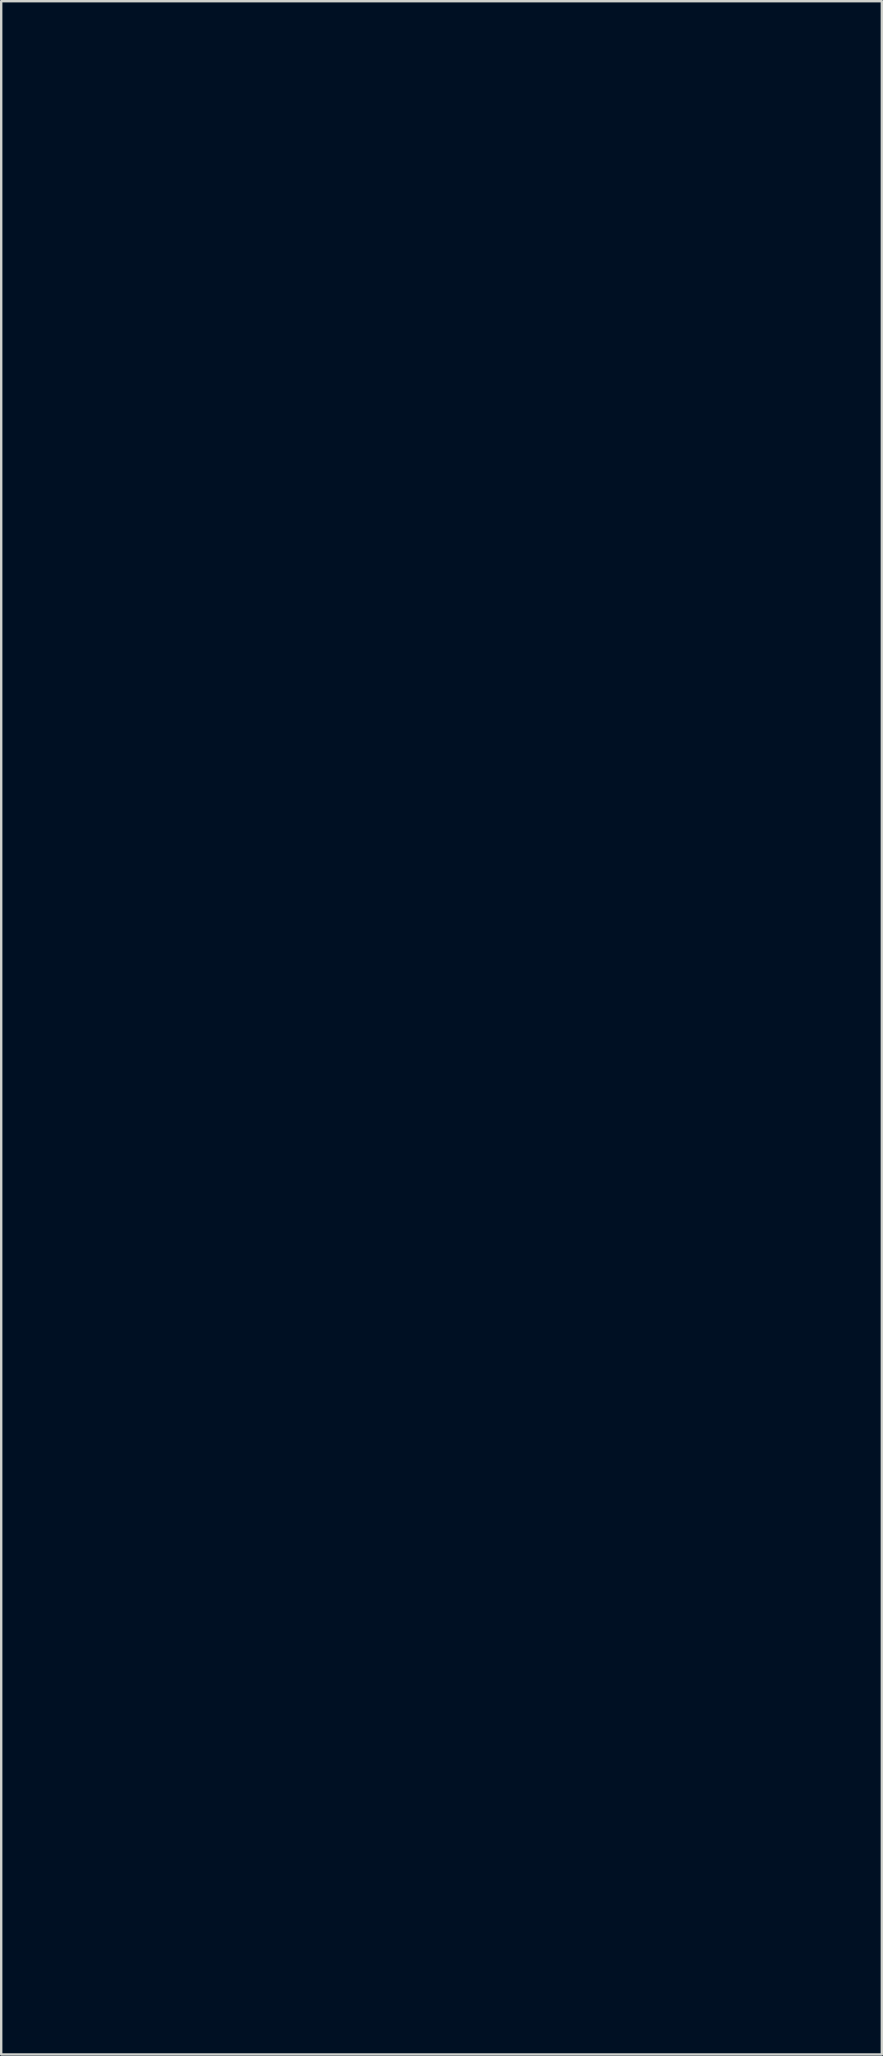
<source format=kicad_pcb>
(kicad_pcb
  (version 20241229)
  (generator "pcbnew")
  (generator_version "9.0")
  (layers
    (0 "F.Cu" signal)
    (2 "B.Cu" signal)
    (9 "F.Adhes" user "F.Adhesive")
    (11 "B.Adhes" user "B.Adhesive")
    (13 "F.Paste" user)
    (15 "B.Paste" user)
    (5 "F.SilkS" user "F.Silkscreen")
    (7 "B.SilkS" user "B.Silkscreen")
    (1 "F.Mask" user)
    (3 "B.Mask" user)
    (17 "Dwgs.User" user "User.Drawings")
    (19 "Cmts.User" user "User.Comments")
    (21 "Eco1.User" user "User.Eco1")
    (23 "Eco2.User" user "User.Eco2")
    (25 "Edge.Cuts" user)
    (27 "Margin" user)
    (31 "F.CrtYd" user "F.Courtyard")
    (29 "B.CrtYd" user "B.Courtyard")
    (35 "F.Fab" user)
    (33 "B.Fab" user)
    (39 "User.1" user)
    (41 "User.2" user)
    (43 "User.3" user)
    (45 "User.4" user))
  (footprint "MC1_Front_mask"
    (layer "F.Cu")
    (at 15.372 39.375)
    (property "Reference" "MC1_Front_mask" (at 0 0 0) (layer "F.Mask") (effects (font (size 1.524 1.524) (thickness 0.3))))
    (attr through_hole)
    (fp_poly (pts (xy -6.943 -31.009) (xy -9.97 -31.009) (xy -9.97 -32.893) (xy -6.943 -32.893) (xy -6.943 -31.009)) (stroke (width 0.01) (type solid)) (fill yes) (layer "F.Mask"))
    (fp_poly (pts (xy -3.069 7.641) (xy -3.471 7.641) (xy -3.471 7.472) (xy -3.069 7.472) (xy -3.069 7.641)) (stroke (width 0.01) (type solid)) (fill yes) (layer "F.Mask"))
    (fp_poly (pts (xy 4.043 37.761) (xy 3.662 37.761) (xy 3.662 37.592) (xy 4.043 37.592) (xy 4.043 37.761)) (stroke (width 0.01) (type solid)) (fill yes) (layer "F.Mask"))
    (fp_poly (pts (xy 6.096 1.693) (xy 3.111 1.693) (xy 3.111 -0.318) (xy 6.096 -0.318) (xy 6.096 1.693)) (stroke (width 0.01) (type solid)) (fill yes) (layer "F.Mask"))
    (fp_poly (pts (xy -2.297 -5.641) (xy -2.291 -4.641) (xy -2.286 -3.641) (xy -5.292 -3.641) (xy -5.292 -5.652) (xy -2.297 -5.641)) (stroke (width 0.01) (type solid)) (fill yes) (layer "F.Mask"))
    (fp_poly (pts (xy -3.073 12.822) (xy -3.067 12.912) (xy -3.474 12.912) (xy -3.467 12.822) (xy -3.461 12.732) (xy -3.08 12.732) (xy -3.073 12.822)) (stroke (width 0.01) (type solid)) (fill yes) (layer "F.Mask"))
    (fp_poly (pts (xy -9.186 -6.17) (xy -9.166 -6.151) (xy -9.165 -6.148) (xy -9.182 -6.139) (xy -9.186 -6.138) (xy -9.207 -6.155) (xy -9.207 -6.161) (xy -9.195 -6.173) (xy -9.186 -6.17)) (stroke (width 0.01) (type solid)) (fill yes) (layer "F.Mask"))
    (fp_poly (pts (xy -7.811 20.701) (xy -6.371 20.701) (xy -6.371 20.913) (xy -7.811 20.913) (xy -7.811 21.273) (xy -8.001 21.273) (xy -8.001 20.341) (xy -7.811 20.341) (xy -7.811 20.701)) (stroke (width 0.01) (type solid)) (fill yes) (layer "F.Mask"))
    (fp_poly (pts (xy -11.155 -19.092) (xy -12.384 -19.092) (xy -12.372 -19.632) (xy -12.234 -19.645) (xy -12.234 -19.239) (xy -12.049 -19.245) (xy -11.864 -19.251) (xy -11.852 -19.6) (xy -11.726 -19.6) (xy -11.726 -19.239) (xy -11.292 -19.251) (xy -11.28 -19.664) (xy -11.155 -19.664) (xy -11.155 -19.092)) (stroke (width 0.01) (type solid)) (fill yes) (layer "F.Mask"))
    (fp_poly (pts (xy -3.111 37.592) (xy -2.815 37.592) (xy -2.815 37.761) (xy -3.111 37.761) (xy -3.111 38.058) (xy -3.26 38.058) (xy -3.26 37.761) (xy -3.559 37.761) (xy -3.552 37.682) (xy -3.545 37.603) (xy -3.26 37.59) (xy -3.26 37.296) (xy -3.111 37.296) (xy -3.111 37.592)) (stroke (width 0.01) (type solid)) (fill yes) (layer "F.Mask"))
    (fp_poly (pts (xy -1.016 4.614) (xy -0.551 4.614) (xy -0.54 3.842) (xy 0.333 3.836) (xy 1.206 3.831) (xy 1.206 5.905) (xy -0.55 5.905) (xy -0.55 5.122) (xy -1.016 5.122) (xy -1.016 6.181) (xy -3.196 6.181) (xy -3.196 3.429) (xy -1.016 3.429) (xy -1.016 4.614)) (stroke (width 0.01) (type solid)) (fill yes) (layer "F.Mask"))
    (fp_poly (pts (xy 3.45 10.647) (xy 3.069 10.647) (xy 3.069 11.005) (xy 3.244 11.011) (xy 3.418 11.017) (xy 3.418 11.144) (xy 3.069 11.157) (xy 3.069 11.577) (xy 3.482 11.589) (xy 3.489 11.658) (xy 3.495 11.726) (xy 2.9 11.726) (xy 2.9 10.499) (xy 3.45 10.499) (xy 3.45 10.647)) (stroke (width 0.01) (type solid)) (fill yes) (layer "F.Mask"))
    (fp_poly (pts (xy -7.422 18.551) (xy -7.372 18.595) (xy -7.367 18.603) (xy -7.347 18.667) (xy -7.362 18.723) (xy -7.397 18.765) (xy -7.458 18.809) (xy -7.519 18.811) (xy -7.573 18.784) (xy -7.607 18.738) (xy -7.621 18.674) (xy -7.613 18.611) (xy -7.604 18.593) (xy -7.552 18.549) (xy -7.487 18.535) (xy -7.422 18.551)) (stroke (width 0.01) (type solid)) (fill yes) (layer "F.Mask"))
    (fp_poly (pts (xy 3.328 -7.308) (xy 3.334 -6.489) (xy 3.948 -6.071) (xy 4.561 -5.653) (xy 5.329 -5.652) (xy 6.096 -5.652) (xy 6.096 -3.641) (xy 3.111 -3.641) (xy 3.111 -5.652) (xy 3.671 -5.652) (xy 3.377 -5.853) (xy 3.083 -6.054) (xy 1.587 -6.054) (xy 1.587 -8.128) (xy 3.323 -8.128) (xy 3.328 -7.308)) (stroke (width 0.01) (type solid)) (fill yes) (layer "F.Mask"))
    (fp_poly (pts (xy -6.407 18.553) (xy -6.355 18.599) (xy -6.33 18.66) (xy -6.329 18.672) (xy -6.346 18.721) (xy -6.388 18.771) (xy -6.44 18.807) (xy -6.477 18.817) (xy -6.521 18.803) (xy -6.571 18.768) (xy -6.575 18.763) (xy -6.613 18.701) (xy -6.615 18.637) (xy -6.586 18.581) (xy -6.53 18.544) (xy -6.475 18.535) (xy -6.407 18.553)) (stroke (width 0.01) (type solid)) (fill yes) (layer "F.Mask"))
    (fp_poly (pts (xy -1.714 22.204) (xy -2.498 22.204) (xy -2.498 23.389) (xy 3.725 23.389) (xy 3.725 24.977) (xy 4.487 24.977) (xy 4.487 26.501) (xy 2.265 26.501) (xy 2.265 24.977) (xy 3.217 24.977) (xy 3.217 23.876) (xy -3.006 23.876) (xy -3.006 22.205) (xy -3.466 22.199) (xy -3.926 22.193) (xy -3.938 20.68) (xy -1.714 20.68) (xy -1.714 22.204)) (stroke (width 0.01) (type solid)) (fill yes) (layer "F.Mask"))
    (fp_poly (pts (xy -1.714 29.527) (xy -2.54 29.527) (xy -2.54 30.776) (xy 3.873 30.776) (xy 3.873 32.322) (xy 4.487 32.322) (xy 4.487 33.846) (xy 2.265 33.846) (xy 2.265 32.322) (xy 3.365 32.322) (xy 3.365 31.284) (xy -3.048 31.284) (xy -3.048 29.527) (xy -3.938 29.527) (xy -3.926 28.014) (xy -2.82 28.009) (xy -1.714 28.003) (xy -1.714 29.527)) (stroke (width 0.01) (type solid)) (fill yes) (layer "F.Mask"))
    (fp_poly (pts (xy 5.016 -32.113) (xy 5.329 -31.808) (xy 5.438 -31.702) (xy 5.568 -31.576) (xy 5.709 -31.439) (xy 5.854 -31.3) (xy 5.99 -31.169) (xy 6.042 -31.119) (xy 6.444 -30.734) (xy 8.53 -30.734) (xy 8.53 -27.982) (xy 6.35 -27.982) (xy 6.35 -29.712) (xy 4.413 -31.579) (xy 3.847 -31.58) (xy 3.281 -31.581) (xy 3.281 -33.655) (xy 5.016 -33.655) (xy 5.016 -32.113)) (stroke (width 0.01) (type solid)) (fill yes) (layer "F.Mask"))
    (fp_poly (pts (xy -6.371 17.949) (xy -7.661 17.949) (xy -7.593 18.046) (xy -7.525 18.143) (xy -7.578 18.183) (xy -7.624 18.213) (xy -7.659 18.218) (xy -7.694 18.195) (xy -7.74 18.139) (xy -7.745 18.131) (xy -7.807 18.061) (xy -7.88 17.992) (xy -7.908 17.969) (xy -7.963 17.924) (xy -7.991 17.886) (xy -8 17.842) (xy -8.001 17.818) (xy -8.001 17.738) (xy -6.371 17.738) (xy -6.371 17.949)) (stroke (width 0.01) (type solid)) (fill yes) (layer "F.Mask"))
    (fp_poly (pts (xy -6.397 25.575) (xy -6.265 25.708) (xy -6.265 26.555) (xy -6.409 26.697) (xy -6.552 26.839) (xy -7.772 26.839) (xy -7.908 26.709) (xy -8.043 26.579) (xy -8.043 26.3) (xy -7.789 26.3) (xy -7.789 26.404) (xy -7.688 26.304) (xy -7.587 26.204) (xy -6.519 26.204) (xy -6.519 26.077) (xy -7.676 26.077) (xy -7.732 26.137) (xy -7.77 26.186) (xy -7.786 26.241) (xy -7.789 26.3) (xy -8.043 26.3) (xy -8.043 25.706) (xy -7.778 25.442) (xy -6.529 25.442) (xy -6.397 25.575)) (stroke (width 0.01) (type solid)) (fill yes) (layer "F.Mask"))
    (fp_poly (pts (xy -6.397 28.623) (xy -6.265 28.756) (xy -6.265 29.624) (xy -6.398 29.756) (xy -6.531 29.887) (xy -7.78 29.887) (xy -7.912 29.754) (xy -8.043 29.622) (xy -8.043 29.348) (xy -7.789 29.348) (xy -7.789 29.452) (xy -7.688 29.352) (xy -7.587 29.252) (xy -6.519 29.252) (xy -6.519 29.125) (xy -7.676 29.125) (xy -7.732 29.185) (xy -7.77 29.234) (xy -7.786 29.289) (xy -7.789 29.348) (xy -8.043 29.348) (xy -8.043 28.754) (xy -7.778 28.49) (xy -6.529 28.49) (xy -6.397 28.623)) (stroke (width 0.01) (type solid)) (fill yes) (layer "F.Mask"))
    (fp_poly (pts (xy -0.826 -34.227) (xy -2.34 -34.227) (xy -2.641 -34.227) (xy -2.903 -34.227) (xy -3.127 -34.228) (xy -3.317 -34.229) (xy -3.473 -34.231) (xy -3.6 -34.233) (xy -3.698 -34.236) (xy -3.772 -34.239) (xy -3.822 -34.243) (xy -3.852 -34.247) (xy -3.864 -34.252) (xy -3.864 -34.253) (xy -3.866 -34.279) (xy -3.867 -34.343) (xy -3.869 -34.44) (xy -3.869 -34.567) (xy -3.87 -34.717) (xy -3.87 -34.888) (xy -3.869 -35.074) (xy -3.868 -35.19) (xy -3.863 -36.1) (xy -2.344 -36.105) (xy -0.826 -36.111) (xy -0.826 -34.227)) (stroke (width 0.01) (type solid)) (fill yes) (layer "F.Mask"))
    (fp_poly (pts (xy 7.93 -23.039) (xy 7.989 -23.001) (xy 8.023 -22.97) (xy 8.073 -22.916) (xy 8.098 -22.87) (xy 8.106 -22.816) (xy 8.107 -22.787) (xy 8.091 -22.672) (xy 8.044 -22.582) (xy 7.992 -22.535) (xy 7.929 -22.504) (xy 7.881 -22.508) (xy 7.857 -22.526) (xy 7.835 -22.561) (xy 7.843 -22.597) (xy 7.886 -22.644) (xy 7.895 -22.652) (xy 7.947 -22.717) (xy 7.957 -22.784) (xy 7.925 -22.856) (xy 7.89 -22.897) (xy 7.849 -22.944) (xy 7.836 -22.977) (xy 7.845 -23.004) (xy 7.883 -23.04) (xy 7.93 -23.039)) (stroke (width 0.01) (type solid)) (fill yes) (layer "F.Mask"))
    (fp_poly (pts (xy -6.265 36.301) (xy -7.676 36.301) (xy -7.732 36.36) (xy -7.77 36.409) (xy -7.786 36.465) (xy -7.789 36.523) (xy -7.789 36.627) (xy -7.688 36.528) (xy -7.587 36.428) (xy -6.265 36.428) (xy -6.265 37.063) (xy -7.676 37.063) (xy -7.732 37.122) (xy -7.77 37.171) (xy -7.786 37.227) (xy -7.789 37.285) (xy -7.789 37.389) (xy -7.688 37.29) (xy -7.587 37.19) (xy -6.265 37.19) (xy -6.265 37.825) (xy -7.78 37.825) (xy -7.912 37.692) (xy -8.043 37.559) (xy -8.043 35.929) (xy -7.778 35.666) (xy -6.265 35.666) (xy -6.265 36.301)) (stroke (width 0.01) (type solid)) (fill yes) (layer "F.Mask"))
    (fp_poly (pts (xy -7.218 27.601) (xy -7.447 27.601) (xy -7.548 27.602) (xy -7.617 27.605) (xy -7.661 27.611) (xy -7.692 27.624) (xy -7.718 27.646) (xy -7.732 27.661) (xy -7.77 27.71) (xy -7.786 27.765) (xy -7.789 27.824) (xy -7.789 27.928) (xy -7.688 27.828) (xy -7.587 27.728) (xy -6.519 27.728) (xy -6.519 27.601) (xy -7.091 27.601) (xy -7.091 26.966) (xy -6.529 26.966) (xy -6.397 27.099) (xy -6.265 27.232) (xy -6.265 28.103) (xy -6.401 28.233) (xy -6.537 28.363) (xy -7.78 28.363) (xy -7.912 28.23) (xy -8.043 28.098) (xy -8.043 27.23) (xy -7.778 26.966) (xy -7.218 26.966) (xy -7.218 27.601)) (stroke (width 0.01) (type solid)) (fill yes) (layer "F.Mask"))
    (fp_poly (pts (xy -7.218 30.649) (xy -7.447 30.649) (xy -7.548 30.65) (xy -7.617 30.653) (xy -7.661 30.659) (xy -7.692 30.672) (xy -7.718 30.694) (xy -7.732 30.709) (xy -7.77 30.758) (xy -7.786 30.813) (xy -7.789 30.872) (xy -7.789 30.976) (xy -7.688 30.876) (xy -7.587 30.776) (xy -6.519 30.776) (xy -6.519 30.649) (xy -7.091 30.649) (xy -7.091 30.014) (xy -6.529 30.014) (xy -6.397 30.147) (xy -6.265 30.28) (xy -6.265 31.148) (xy -6.398 31.28) (xy -6.531 31.411) (xy -7.78 31.411) (xy -7.912 31.278) (xy -8.043 31.146) (xy -8.043 30.278) (xy -7.778 30.014) (xy -7.218 30.014) (xy -7.218 30.649)) (stroke (width 0.01) (type solid)) (fill yes) (layer "F.Mask"))
    (fp_poly (pts (xy 11.728 -31.882) (xy 11.724 -31.517) (xy 13.569 -31.517) (xy 13.563 -31.22) (xy 13.557 -30.922) (xy 11.724 -30.926) (xy 11.728 -30.568) (xy 11.728 -30.448) (xy 11.727 -30.342) (xy 11.725 -30.258) (xy 11.721 -30.203) (xy 11.717 -30.186) (xy 11.692 -30.178) (xy 11.636 -30.171) (xy 11.558 -30.167) (xy 11.47 -30.164) (xy 11.382 -30.163) (xy 11.305 -30.165) (xy 11.249 -30.17) (xy 11.229 -30.175) (xy 11.224 -30.198) (xy 11.219 -30.263) (xy 11.216 -30.369) (xy 11.213 -30.515) (xy 11.212 -30.7) (xy 11.212 -30.923) (xy 11.212 -31.184) (xy 11.213 -31.216) (xy 11.218 -32.247) (xy 11.732 -32.247) (xy 11.728 -31.882)) (stroke (width 0.01) (type solid)) (fill yes) (layer "F.Mask"))
    (fp_poly (pts (xy -11.155 -20.552) (xy -11.158 -20.52) (xy -11.171 -20.495) (xy -11.202 -20.471) (xy -11.258 -20.442) (xy -11.329 -20.41) (xy -11.416 -20.37) (xy -11.527 -20.317) (xy -11.648 -20.259) (xy -11.766 -20.2) (xy -11.779 -20.194) (xy -12.054 -20.055) (xy -11.605 -20.05) (xy -11.155 -20.044) (xy -11.155 -19.897) (xy -12.383 -19.897) (xy -12.383 -19.958) (xy -12.38 -19.983) (xy -12.37 -20.007) (xy -12.348 -20.032) (xy -12.31 -20.061) (xy -12.252 -20.096) (xy -12.169 -20.142) (xy -12.059 -20.199) (xy -11.916 -20.271) (xy -11.853 -20.303) (xy -11.525 -20.467) (xy -11.954 -20.467) (xy -12.383 -20.468) (xy -12.383 -20.616) (xy -11.155 -20.616) (xy -11.155 -20.552)) (stroke (width 0.01) (type solid)) (fill yes) (layer "F.Mask"))
    (fp_poly (pts (xy 12.181 -34.933) (xy 12.229 -34.924) (xy 12.302 -34.9) (xy 12.387 -34.866) (xy 12.42 -34.852) (xy 12.537 -34.806) (xy 12.682 -34.759) (xy 12.841 -34.714) (xy 12.999 -34.677) (xy 13.142 -34.649) (xy 13.213 -34.639) (xy 13.335 -34.626) (xy 13.335 -34.474) (xy 13.203 -34.487) (xy 13.097 -34.502) (xy 12.963 -34.53) (xy 12.816 -34.566) (xy 12.668 -34.608) (xy 12.53 -34.652) (xy 12.425 -34.691) (xy 12.351 -34.721) (xy 12.294 -34.743) (xy 12.263 -34.755) (xy 12.261 -34.756) (xy 12.259 -34.736) (xy 12.257 -34.683) (xy 12.256 -34.607) (xy 12.255 -34.555) (xy 12.255 -34.353) (xy 12.106 -34.353) (xy 12.112 -34.645) (xy 12.118 -34.936) (xy 12.181 -34.933)) (stroke (width 0.01) (type solid)) (fill yes) (layer "F.Mask"))
    (fp_poly (pts (xy 8.082 -23.291) (xy 8.155 -23.249) (xy 8.23 -23.182) (xy 8.299 -23.099) (xy 8.354 -23.005) (xy 8.379 -22.947) (xy 8.403 -22.813) (xy 8.392 -22.674) (xy 8.349 -22.538) (xy 8.278 -22.416) (xy 8.183 -22.317) (xy 8.105 -22.267) (xy 8.054 -22.242) (xy 8.022 -22.228) (xy 8.018 -22.227) (xy 7.995 -22.235) (xy 7.985 -22.239) (xy 7.958 -22.267) (xy 7.964 -22.311) (xy 8.001 -22.364) (xy 8.059 -22.416) (xy 8.158 -22.511) (xy 8.222 -22.622) (xy 8.251 -22.741) (xy 8.245 -22.861) (xy 8.203 -22.976) (xy 8.128 -23.078) (xy 8.042 -23.147) (xy 7.986 -23.194) (xy 7.961 -23.24) (xy 7.969 -23.278) (xy 8.011 -23.3) (xy 8.019 -23.301) (xy 8.082 -23.291)) (stroke (width 0.01) (type solid)) (fill yes) (layer "F.Mask"))
    (fp_poly (pts (xy 13.335 -33.846) (xy 12.859 -33.846) (xy 12.722 -33.845) (xy 12.6 -33.843) (xy 12.5 -33.841) (xy 12.427 -33.838) (xy 12.388 -33.835) (xy 12.383 -33.833) (xy 12.394 -33.809) (xy 12.423 -33.769) (xy 12.425 -33.767) (xy 12.453 -33.719) (xy 12.446 -33.685) (xy 12.408 -33.658) (xy 12.383 -33.655) (xy 12.349 -33.673) (xy 12.3 -33.715) (xy 12.238 -33.776) (xy 12.166 -33.855) (xy 12.125 -33.912) (xy 12.111 -33.952) (xy 12.111 -33.959) (xy 12.114 -33.972) (xy 12.121 -33.982) (xy 12.137 -33.99) (xy 12.167 -33.996) (xy 12.215 -34.001) (xy 12.286 -34.004) (xy 12.384 -34.006) (xy 12.514 -34.008) (xy 12.681 -34.009) (xy 12.726 -34.01) (xy 13.335 -34.015) (xy 13.335 -33.846)) (stroke (width 0.01) (type solid)) (fill yes) (layer "F.Mask"))
    (fp_poly (pts (xy -0.826 -31.009) (xy -1.911 -31.009) (xy -1.89 -28.66) (xy -3.916 -28.66) (xy -3.916 -26.607) (xy -3.493 -26.607) (xy -3.493 -24.532) (xy -5.228 -24.532) (xy -5.228 -26.607) (xy -4.72 -26.607) (xy -4.72 -29.464) (xy -3.702 -29.464) (xy -3.467 -29.464) (xy -3.271 -29.464) (xy -3.11 -29.465) (xy -2.982 -29.467) (xy -2.882 -29.468) (xy -2.808 -29.471) (xy -2.756 -29.475) (xy -2.722 -29.479) (xy -2.703 -29.485) (xy -2.696 -29.491) (xy -2.696 -29.497) (xy -2.699 -29.526) (xy -2.702 -29.592) (xy -2.705 -29.689) (xy -2.707 -29.814) (xy -2.708 -29.961) (xy -2.709 -30.125) (xy -2.709 -30.27) (xy -2.709 -31.008) (xy -3.863 -31.02) (xy -3.863 -32.882) (xy -2.344 -32.888) (xy -0.826 -32.893) (xy -0.826 -31.009)) (stroke (width 0.01) (type solid)) (fill yes) (layer "F.Mask"))
    (fp_poly (pts (xy 8.227 -23.551) (xy 8.304 -23.503) (xy 8.386 -23.434) (xy 8.466 -23.35) (xy 8.54 -23.257) (xy 8.601 -23.159) (xy 8.617 -23.127) (xy 8.676 -22.952) (xy 8.696 -22.772) (xy 8.677 -22.592) (xy 8.621 -22.419) (xy 8.528 -22.258) (xy 8.434 -22.149) (xy 8.352 -22.077) (xy 8.269 -22.022) (xy 8.193 -21.986) (xy 8.129 -21.973) (xy 8.085 -21.985) (xy 8.072 -22.003) (xy 8.069 -22.053) (xy 8.102 -22.096) (xy 8.164 -22.133) (xy 8.281 -22.21) (xy 8.384 -22.319) (xy 8.467 -22.451) (xy 8.523 -22.596) (xy 8.543 -22.703) (xy 8.54 -22.871) (xy 8.497 -23.031) (xy 8.416 -23.178) (xy 8.298 -23.311) (xy 8.153 -23.42) (xy 8.091 -23.468) (xy 8.07 -23.511) (xy 8.09 -23.55) (xy 8.112 -23.567) (xy 8.161 -23.574) (xy 8.227 -23.551)) (stroke (width 0.01) (type solid)) (fill yes) (layer "F.Mask"))
    (fp_poly (pts (xy -7.288 23.948) (xy -7.168 24.001) (xy -7.077 24.085) (xy -7.014 24.2) (xy -6.977 24.348) (xy -6.97 24.417) (xy -6.958 24.575) (xy -6.371 24.575) (xy -6.371 24.786) (xy -7.976 24.786) (xy -7.99 24.701) (xy -8.001 24.599) (xy -8.004 24.481) (xy -8.003 24.454) (xy -7.823 24.454) (xy -7.819 24.524) (xy -7.806 24.575) (xy -7.154 24.575) (xy -7.156 24.485) (xy -7.171 24.357) (xy -7.214 24.261) (xy -7.286 24.195) (xy -7.388 24.159) (xy -7.487 24.151) (xy -7.611 24.162) (xy -7.702 24.195) (xy -7.763 24.252) (xy -7.775 24.273) (xy -7.808 24.362) (xy -7.823 24.454) (xy -8.003 24.454) (xy -7.999 24.365) (xy -7.987 24.267) (xy -7.981 24.239) (xy -7.929 24.121) (xy -7.845 24.028) (xy -7.732 23.963) (xy -7.594 23.928) (xy -7.438 23.923) (xy -7.288 23.948)) (stroke (width 0.01) (type solid)) (fill yes) (layer "F.Mask"))
    (fp_poly (pts (xy 7.645 -23.445) (xy 7.65 -23.441) (xy 7.66 -23.426) (xy 7.667 -23.402) (xy 7.673 -23.362) (xy 7.677 -23.304) (xy 7.68 -23.221) (xy 7.682 -23.111) (xy 7.683 -22.967) (xy 7.683 -22.786) (xy 7.684 -22.767) (xy 7.683 -22.562) (xy 7.682 -22.396) (xy 7.678 -22.268) (xy 7.669 -22.175) (xy 7.654 -22.114) (xy 7.632 -22.083) (xy 7.6 -22.08) (xy 7.558 -22.102) (xy 7.503 -22.147) (xy 7.435 -22.212) (xy 7.367 -22.278) (xy 7.162 -22.479) (xy 7 -22.479) (xy 6.92 -22.48) (xy 6.864 -22.489) (xy 6.827 -22.512) (xy 6.807 -22.554) (xy 6.797 -22.624) (xy 6.795 -22.726) (xy 6.795 -22.783) (xy 6.796 -22.898) (xy 6.803 -22.978) (xy 6.823 -23.029) (xy 6.858 -23.057) (xy 6.916 -23.069) (xy 7.002 -23.072) (xy 7.024 -23.072) (xy 7.187 -23.072) (xy 7.366 -23.253) (xy 7.456 -23.342) (xy 7.521 -23.404) (xy 7.567 -23.442) (xy 7.6 -23.459) (xy 7.624 -23.459) (xy 7.645 -23.445)) (stroke (width 0.01) (type solid)) (fill yes) (layer "F.Mask"))
    (fp_poly (pts (xy 13.335 -32.11) (xy 13.234 -32.11) (xy 13.121 -32.126) (xy 12.989 -32.174) (xy 12.837 -32.254) (xy 12.735 -32.318) (xy 12.593 -32.401) (xy 12.473 -32.45) (xy 12.374 -32.464) (xy 12.293 -32.444) (xy 12.261 -32.423) (xy 12.241 -32.383) (xy 12.235 -32.32) (xy 12.244 -32.25) (xy 12.259 -32.207) (xy 12.272 -32.158) (xy 12.257 -32.122) (xy 12.256 -32.121) (xy 12.213 -32.091) (xy 12.17 -32.104) (xy 12.136 -32.143) (xy 12.102 -32.226) (xy 12.09 -32.328) (xy 12.101 -32.428) (xy 12.118 -32.478) (xy 12.171 -32.553) (xy 12.247 -32.598) (xy 12.352 -32.617) (xy 12.387 -32.617) (xy 12.482 -32.608) (xy 12.577 -32.579) (xy 12.684 -32.526) (xy 12.799 -32.453) (xy 12.933 -32.368) (xy 13.043 -32.311) (xy 13.126 -32.282) (xy 13.154 -32.279) (xy 13.18 -32.281) (xy 13.195 -32.29) (xy 13.204 -32.316) (xy 13.207 -32.367) (xy 13.208 -32.451) (xy 13.208 -32.47) (xy 13.208 -32.66) (xy 13.335 -32.66) (xy 13.335 -32.11)) (stroke (width 0.01) (type solid)) (fill yes) (layer "F.Mask"))
    (fp_poly (pts (xy 11.491 -26.246) (xy 11.577 -26.243) (xy 11.651 -26.238) (xy 11.701 -26.231) (xy 11.716 -26.224) (xy 11.721 -26.197) (xy 11.724 -26.134) (xy 11.727 -26.045) (xy 11.728 -25.935) (xy 11.727 -25.854) (xy 11.725 -25.506) (xy 13.569 -25.506) (xy 13.563 -25.207) (xy 13.557 -24.909) (xy 11.724 -24.915) (xy 11.728 -24.557) (xy 11.728 -24.437) (xy 11.727 -24.331) (xy 11.725 -24.247) (xy 11.721 -24.192) (xy 11.717 -24.175) (xy 11.692 -24.165) (xy 11.634 -24.158) (xy 11.556 -24.154) (xy 11.468 -24.151) (xy 11.38 -24.152) (xy 11.303 -24.155) (xy 11.249 -24.161) (xy 11.229 -24.167) (xy 11.224 -24.193) (xy 11.219 -24.259) (xy 11.215 -24.365) (xy 11.212 -24.51) (xy 11.21 -24.692) (xy 11.208 -24.91) (xy 11.208 -25.163) (xy 11.208 -25.199) (xy 11.208 -25.457) (xy 11.21 -25.68) (xy 11.212 -25.866) (xy 11.215 -26.016) (xy 11.218 -26.127) (xy 11.223 -26.199) (xy 11.228 -26.23) (xy 11.229 -26.23) (xy 11.26 -26.239) (xy 11.322 -26.244) (xy 11.402 -26.246) (xy 11.491 -26.246)) (stroke (width 0.01) (type solid)) (fill yes) (layer "F.Mask"))
    (fp_poly (pts (xy 11.218 -8.447) (xy 10.573 -8.435) (xy 10.008 -7.207) (xy 9.443 -5.98) (xy 9.442 5.253) (xy 9.44 16.485) (xy 9.213 16.584) (xy 9.163 16.605) (xy 9.078 16.643) (xy 8.959 16.694) (xy 8.81 16.759) (xy 8.633 16.836) (xy 8.431 16.924) (xy 8.207 17.022) (xy 7.963 17.129) (xy 7.702 17.242) (xy 7.427 17.362) (xy 7.141 17.486) (xy 6.847 17.615) (xy 6.742 17.661) (xy 4.498 18.639) (xy 4.492 18.897) (xy 4.486 19.156) (xy 2.265 19.156) (xy 2.265 17.653) (xy 4.486 17.653) (xy 4.492 17.872) (xy 4.498 18.091) (xy 6.715 17.126) (xy 8.932 16.161) (xy 8.932 5.048) (xy 8.932 -6.064) (xy 9.472 -7.239) (xy 9.568 -7.448) (xy 9.659 -7.645) (xy 9.742 -7.828) (xy 9.817 -7.993) (xy 9.882 -8.137) (xy 9.936 -8.255) (xy 9.976 -8.346) (xy 10.002 -8.405) (xy 10.012 -8.429) (xy 10.012 -8.429) (xy 9.992 -8.435) (xy 9.938 -8.44) (xy 9.857 -8.444) (xy 9.757 -8.445) (xy 9.737 -8.445) (xy 9.461 -8.445) (xy 9.461 -10.52) (xy 11.218 -10.52) (xy 11.218 -8.447)) (stroke (width 0.01) (type solid)) (fill yes) (layer "F.Mask"))
    (fp_poly (pts (xy 4.42 -12.634) (xy 4.551 -12.596) (xy 4.575 -12.587) (xy 4.6 -12.58) (xy 4.629 -12.573) (xy 4.665 -12.568) (xy 4.712 -12.564) (xy 4.773 -12.56) (xy 4.85 -12.557) (xy 4.949 -12.555) (xy 5.07 -12.554) (xy 5.219 -12.553) (xy 5.399 -12.552) (xy 5.611 -12.552) (xy 5.861 -12.552) (xy 6.048 -12.552) (xy 7.429 -12.552) (xy 7.429 -10.753) (xy 7.218 -10.753) (xy 7.218 -10.52) (xy 7.811 -10.52) (xy 7.811 -8.445) (xy 6.075 -8.445) (xy 6.075 -10.52) (xy 6.731 -10.52) (xy 6.731 -10.753) (xy 5.731 -10.748) (xy 4.731 -10.742) (xy 4.593 -10.68) (xy 4.517 -10.649) (xy 4.447 -10.629) (xy 4.366 -10.617) (xy 4.26 -10.61) (xy 4.244 -10.609) (xy 4.134 -10.606) (xy 4.051 -10.61) (xy 3.979 -10.622) (xy 3.905 -10.643) (xy 3.895 -10.646) (xy 3.702 -10.732) (xy 3.534 -10.851) (xy 3.394 -10.999) (xy 3.284 -11.173) (xy 3.21 -11.369) (xy 3.207 -11.381) (xy 3.177 -11.575) (xy 3.187 -11.77) (xy 3.234 -11.959) (xy 3.315 -12.137) (xy 3.428 -12.298) (xy 3.57 -12.436) (xy 3.684 -12.514) (xy 3.855 -12.593) (xy 4.042 -12.64) (xy 4.233 -12.654) (xy 4.42 -12.634)) (stroke (width 0.01) (type solid)) (fill yes) (layer "F.Mask"))
    (fp_poly (pts (xy -6.376 22.731) (xy -6.372 22.771) (xy -6.371 22.811) (xy -6.372 22.913) (xy -6.689 23.065) (xy -7.006 23.217) (xy -7.006 23.431) (xy -6.371 23.431) (xy -6.371 23.643) (xy -7.976 23.643) (xy -7.99 23.558) (xy -8.001 23.46) (xy -8.004 23.348) (xy -8.004 23.337) (xy -7.822 23.337) (xy -7.817 23.384) (xy -7.811 23.402) (xy -7.8 23.415) (xy -7.776 23.424) (xy -7.733 23.428) (xy -7.664 23.431) (xy -7.563 23.431) (xy -7.491 23.431) (xy -7.176 23.431) (xy -7.176 23.347) (xy -7.187 23.249) (xy -7.22 23.158) (xy -7.267 23.089) (xy -7.303 23.061) (xy -7.409 23.024) (xy -7.521 23.015) (xy -7.628 23.033) (xy -7.716 23.076) (xy -7.746 23.102) (xy -7.785 23.166) (xy -7.812 23.251) (xy -7.822 23.337) (xy -8.004 23.337) (xy -8 23.237) (xy -7.989 23.143) (xy -7.979 23.099) (xy -7.922 22.977) (xy -7.839 22.887) (xy -7.727 22.828) (xy -7.588 22.8) (xy -7.513 22.797) (xy -7.367 22.809) (xy -7.251 22.846) (xy -7.159 22.91) (xy -7.122 22.95) (xy -7.063 23.024) (xy -6.913 22.943) (xy -6.815 22.893) (xy -6.703 22.84) (xy -6.592 22.79) (xy -6.492 22.75) (xy -6.419 22.723) (xy -6.39 22.718) (xy -6.376 22.731)) (stroke (width 0.01) (type solid)) (fill yes) (layer "F.Mask"))
    (fp_poly (pts (xy 5.964 10.496) (xy 6.072 10.55) (xy 6.156 10.639) (xy 6.218 10.764) (xy 6.257 10.923) (xy 6.264 10.972) (xy 6.272 11.151) (xy 6.256 11.315) (xy 6.218 11.46) (xy 6.16 11.579) (xy 6.084 11.667) (xy 6.045 11.695) (xy 5.934 11.737) (xy 5.811 11.747) (xy 5.692 11.724) (xy 5.646 11.704) (xy 5.559 11.635) (xy 5.49 11.533) (xy 5.439 11.404) (xy 5.41 11.253) (xy 5.406 11.144) (xy 5.586 11.144) (xy 5.591 11.258) (xy 5.601 11.353) (xy 5.608 11.384) (xy 5.651 11.488) (xy 5.712 11.561) (xy 5.786 11.602) (xy 5.865 11.608) (xy 5.945 11.576) (xy 5.994 11.535) (xy 6.04 11.473) (xy 6.07 11.396) (xy 6.088 11.296) (xy 6.096 11.165) (xy 6.096 11.122) (xy 6.088 10.95) (xy 6.062 10.816) (xy 6.018 10.719) (xy 5.955 10.656) (xy 5.873 10.628) (xy 5.838 10.626) (xy 5.751 10.646) (xy 5.678 10.702) (xy 5.625 10.79) (xy 5.609 10.837) (xy 5.595 10.918) (xy 5.588 11.026) (xy 5.586 11.144) (xy 5.406 11.144) (xy 5.404 11.088) (xy 5.418 10.941) (xy 5.457 10.781) (xy 5.519 10.653) (xy 5.602 10.559) (xy 5.705 10.5) (xy 5.826 10.478) (xy 5.835 10.477) (xy 5.964 10.496)) (stroke (width 0.01) (type solid)) (fill yes) (layer "F.Mask"))
    (fp_poly (pts (xy -6.397 31.671) (xy -6.265 31.804) (xy -6.265 32.672) (xy -6.398 32.804) (xy -6.531 32.935) (xy -7.789 32.935) (xy -7.789 33.431) (xy -7.688 33.331) (xy -7.587 33.232) (xy -6.265 33.232) (xy -6.265 33.867) (xy -7.789 33.867) (xy -7.789 34.142) (xy -6.537 34.142) (xy -6.401 34.272) (xy -6.265 34.403) (xy -6.265 35.275) (xy -6.398 35.407) (xy -6.531 35.539) (xy -7.78 35.539) (xy -7.912 35.406) (xy -8.043 35.273) (xy -8.043 34.999) (xy -7.789 34.999) (xy -7.789 35.103) (xy -7.688 35.004) (xy -7.587 34.904) (xy -6.519 34.904) (xy -6.519 34.777) (xy -7.676 34.777) (xy -7.732 34.836) (xy -7.77 34.885) (xy -7.786 34.941) (xy -7.789 34.999) (xy -8.043 34.999) (xy -8.043 34.408) (xy -7.965 34.328) (xy -7.887 34.248) (xy -8.043 34.248) (xy -8.043 32.851) (xy -7.865 32.851) (xy -7.954 32.76) (xy -8.043 32.669) (xy -8.043 32.396) (xy -7.789 32.396) (xy -7.789 32.5) (xy -7.688 32.4) (xy -7.587 32.3) (xy -6.519 32.3) (xy -6.519 32.173) (xy -7.676 32.173) (xy -7.732 32.233) (xy -7.77 32.282) (xy -7.786 32.337) (xy -7.789 32.396) (xy -8.043 32.396) (xy -8.043 31.802) (xy -7.778 31.538) (xy -6.529 31.538) (xy -6.397 31.671)) (stroke (width 0.01) (type solid)) (fill yes) (layer "F.Mask"))
    (fp_poly (pts (xy 2.565 10.486) (xy 2.636 10.503) (xy 2.67 10.526) (xy 2.676 10.561) (xy 2.666 10.598) (xy 2.643 10.664) (xy 2.561 10.631) (xy 2.467 10.611) (xy 2.387 10.626) (xy 2.326 10.671) (xy 2.291 10.742) (xy 2.286 10.79) (xy 2.293 10.856) (xy 2.32 10.913) (xy 2.371 10.969) (xy 2.453 11.033) (xy 2.477 11.05) (xy 2.585 11.133) (xy 2.657 11.215) (xy 2.696 11.303) (xy 2.709 11.404) (xy 2.709 11.411) (xy 2.692 11.533) (xy 2.642 11.63) (xy 2.557 11.701) (xy 2.54 11.71) (xy 2.455 11.736) (xy 2.35 11.746) (xy 2.245 11.738) (xy 2.164 11.716) (xy 2.119 11.693) (xy 2.096 11.675) (xy 2.095 11.673) (xy 2.104 11.648) (xy 2.123 11.607) (xy 2.142 11.571) (xy 2.148 11.562) (xy 2.168 11.566) (xy 2.214 11.582) (xy 2.233 11.59) (xy 2.332 11.615) (xy 2.418 11.605) (xy 2.486 11.565) (xy 2.528 11.498) (xy 2.54 11.425) (xy 2.533 11.361) (xy 2.509 11.304) (xy 2.461 11.247) (xy 2.386 11.182) (xy 2.323 11.136) (xy 2.214 11.038) (xy 2.145 10.932) (xy 2.117 10.821) (xy 2.13 10.704) (xy 2.146 10.66) (xy 2.202 10.578) (xy 2.287 10.519) (xy 2.394 10.484) (xy 2.514 10.479) (xy 2.565 10.486)) (stroke (width 0.01) (type solid)) (fill yes) (layer "F.Mask"))
    (fp_poly (pts (xy 4.687 10.684) (xy 4.71 10.795) (xy 4.736 10.917) (xy 4.765 11.043) (xy 4.795 11.165) (xy 4.823 11.277) (xy 4.849 11.373) (xy 4.87 11.445) (xy 4.884 11.486) (xy 4.89 11.493) (xy 4.899 11.474) (xy 4.916 11.42) (xy 4.939 11.34) (xy 4.966 11.239) (xy 4.995 11.126) (xy 5.024 11.006) (xy 5.051 10.889) (xy 5.075 10.78) (xy 5.094 10.686) (xy 5.102 10.642) (xy 5.127 10.499) (xy 5.209 10.499) (xy 5.261 10.5) (xy 5.29 10.505) (xy 5.292 10.506) (xy 5.286 10.545) (xy 5.271 10.618) (xy 5.248 10.717) (xy 5.22 10.836) (xy 5.187 10.968) (xy 5.151 11.106) (xy 5.115 11.242) (xy 5.08 11.371) (xy 5.048 11.483) (xy 5.02 11.574) (xy 5.014 11.594) (xy 4.99 11.665) (xy 4.97 11.704) (xy 4.947 11.722) (xy 4.911 11.726) (xy 4.889 11.726) (xy 4.834 11.723) (xy 4.801 11.713) (xy 4.797 11.71) (xy 4.783 11.676) (xy 4.761 11.606) (xy 4.733 11.51) (xy 4.7 11.392) (xy 4.665 11.261) (xy 4.628 11.122) (xy 4.592 10.983) (xy 4.559 10.85) (xy 4.53 10.73) (xy 4.507 10.63) (xy 4.493 10.557) (xy 4.487 10.518) (xy 4.506 10.506) (xy 4.553 10.499) (xy 4.569 10.499) (xy 4.651 10.499) (xy 4.687 10.684)) (stroke (width 0.01) (type solid)) (fill yes) (layer "F.Mask"))
    (fp_poly (pts (xy -3.402 -15.173) (xy -3.366 -15.171) (xy -3.192 -15.153) (xy -3.043 -15.114) (xy -2.905 -15.048) (xy -2.788 -14.968) (xy -2.639 -14.829) (xy -2.524 -14.666) (xy -2.443 -14.482) (xy -2.399 -14.281) (xy -2.392 -14.152) (xy -2.411 -13.939) (xy -2.468 -13.745) (xy -2.564 -13.57) (xy -2.696 -13.415) (xy -2.846 -13.294) (xy -2.963 -13.222) (xy -3.078 -13.175) (xy -3.204 -13.147) (xy -3.354 -13.136) (xy -3.418 -13.135) (xy -3.525 -13.136) (xy -3.603 -13.14) (xy -3.663 -13.15) (xy -3.719 -13.168) (xy -3.784 -13.196) (xy -3.789 -13.198) (xy -3.926 -13.261) (xy -5.265 -13.266) (xy -6.604 -13.272) (xy -6.604 -13.652) (xy -7.493 -13.652) (xy -7.493 -12.954) (xy -8.516 -12.954) (xy -8.72 -12.954) (xy -8.911 -12.955) (xy -9.085 -12.956) (xy -9.238 -12.958) (xy -9.365 -12.96) (xy -9.463 -12.963) (xy -9.527 -12.965) (xy -9.553 -12.968) (xy -9.553 -12.968) (xy -9.556 -12.992) (xy -9.559 -13.053) (xy -9.562 -13.148) (xy -9.564 -13.271) (xy -9.565 -13.419) (xy -9.567 -13.586) (xy -9.567 -13.768) (xy -9.567 -13.847) (xy -9.567 -14.711) (xy -7.493 -14.711) (xy -7.493 -14.161) (xy -6.604 -14.161) (xy -6.604 -15.071) (xy -3.896 -15.071) (xy -3.731 -15.126) (xy -3.644 -15.153) (xy -3.572 -15.168) (xy -3.497 -15.174) (xy -3.402 -15.173)) (stroke (width 0.01) (type solid)) (fill yes) (layer "F.Mask"))
    (fp_poly (pts (xy -7.197 -19.643) (xy -6.604 -19.643) (xy -6.604 -20.108) (xy -5.233 -20.114) (xy -3.863 -20.12) (xy -3.736 -20.171) (xy -3.604 -20.207) (xy -3.451 -20.223) (xy -3.292 -20.218) (xy -3.144 -20.194) (xy -3.081 -20.175) (xy -2.889 -20.084) (xy -2.724 -19.961) (xy -2.586 -19.805) (xy -2.481 -19.626) (xy -2.448 -19.557) (xy -2.426 -19.502) (xy -2.413 -19.45) (xy -2.406 -19.391) (xy -2.403 -19.311) (xy -2.402 -19.201) (xy -2.402 -19.198) (xy -2.403 -19.087) (xy -2.405 -19.008) (xy -2.412 -18.947) (xy -2.426 -18.896) (xy -2.448 -18.841) (xy -2.48 -18.771) (xy -2.482 -18.768) (xy -2.591 -18.585) (xy -2.729 -18.433) (xy -2.893 -18.313) (xy -3.08 -18.228) (xy -3.207 -18.193) (xy -3.327 -18.171) (xy -3.428 -18.165) (xy -3.528 -18.173) (xy -3.632 -18.193) (xy -3.719 -18.216) (xy -3.805 -18.245) (xy -3.849 -18.265) (xy -3.867 -18.274) (xy -3.887 -18.282) (xy -3.911 -18.288) (xy -3.943 -18.293) (xy -3.986 -18.298) (xy -4.044 -18.301) (xy -4.119 -18.304) (xy -4.216 -18.306) (xy -4.336 -18.307) (xy -4.484 -18.308) (xy -4.663 -18.309) (xy -4.876 -18.309) (xy -5.126 -18.309) (xy -5.27 -18.309) (xy -6.604 -18.309) (xy -6.604 -18.838) (xy -7.197 -18.838) (xy -7.197 -18.521) (xy -10.181 -18.521) (xy -10.181 -20.574) (xy -7.197 -20.574) (xy -7.197 -19.643)) (stroke (width 0.01) (type solid)) (fill yes) (layer "F.Mask"))
    (fp_poly (pts (xy -11.439 -21.417) (xy -11.36 -21.409) (xy -11.308 -21.396) (xy -11.265 -21.369) (xy -11.223 -21.33) (xy -11.182 -21.286) (xy -11.158 -21.247) (xy -11.146 -21.2) (xy -11.139 -21.129) (xy -11.137 -21.096) (xy -11.136 -20.994) (xy -11.146 -20.921) (xy -11.164 -20.873) (xy -11.188 -20.83) (xy -11.202 -20.809) (xy -11.203 -20.809) (xy -11.224 -20.816) (xy -11.264 -20.831) (xy -11.3 -20.846) (xy -11.31 -20.866) (xy -11.299 -20.904) (xy -11.289 -20.929) (xy -11.267 -21.016) (xy -11.27 -21.104) (xy -11.296 -21.179) (xy -11.325 -21.214) (xy -11.388 -21.242) (xy -11.468 -21.25) (xy -11.547 -21.237) (xy -11.593 -21.214) (xy -11.627 -21.179) (xy -11.677 -21.121) (xy -11.73 -21.052) (xy -11.737 -21.043) (xy -11.836 -20.931) (xy -11.941 -20.86) (xy -12.051 -20.83) (xy -12.163 -20.842) (xy -12.233 -20.87) (xy -12.313 -20.933) (xy -12.369 -21.023) (xy -12.398 -21.129) (xy -12.397 -21.241) (xy -12.373 -21.326) (xy -12.347 -21.378) (xy -12.322 -21.396) (xy -12.283 -21.383) (xy -12.262 -21.372) (xy -12.23 -21.345) (xy -12.235 -21.315) (xy -12.247 -21.275) (xy -12.254 -21.213) (xy -12.255 -21.183) (xy -12.243 -21.09) (xy -12.204 -21.03) (xy -12.137 -21.001) (xy -12.091 -20.997) (xy -12.03 -21.003) (xy -11.978 -21.024) (xy -11.926 -21.067) (xy -11.867 -21.138) (xy -11.824 -21.196) (xy -11.745 -21.298) (xy -11.672 -21.365) (xy -11.598 -21.403) (xy -11.512 -21.418) (xy -11.439 -21.417)) (stroke (width 0.01) (type solid)) (fill yes) (layer "F.Mask"))
    (fp_poly (pts (xy 12.88 -33.409) (xy 13.013 -33.402) (xy 13.116 -33.388) (xy 13.194 -33.367) (xy 13.252 -33.338) (xy 13.297 -33.298) (xy 13.304 -33.291) (xy 13.341 -33.231) (xy 13.355 -33.158) (xy 13.356 -33.128) (xy 13.343 -33.037) (xy 13.3 -32.968) (xy 13.222 -32.913) (xy 13.189 -32.898) (xy 13.133 -32.883) (xy 13.043 -32.871) (xy 12.931 -32.862) (xy 12.806 -32.857) (xy 12.677 -32.855) (xy 12.553 -32.857) (xy 12.446 -32.863) (xy 12.363 -32.873) (xy 12.337 -32.879) (xy 12.22 -32.923) (xy 12.142 -32.98) (xy 12.1 -33.054) (xy 12.09 -33.147) (xy 12.091 -33.157) (xy 12.23 -33.157) (xy 12.236 -33.106) (xy 12.251 -33.083) (xy 12.28 -33.058) (xy 12.322 -33.041) (xy 12.389 -33.028) (xy 12.458 -33.021) (xy 12.569 -33.014) (xy 12.697 -33.012) (xy 12.828 -33.014) (xy 12.952 -33.02) (xy 13.056 -33.03) (xy 13.127 -33.043) (xy 13.194 -33.073) (xy 13.224 -33.115) (xy 13.217 -33.16) (xy 13.174 -33.202) (xy 13.105 -33.231) (xy 13.049 -33.24) (xy 12.96 -33.247) (xy 12.85 -33.251) (xy 12.729 -33.252) (xy 12.607 -33.251) (xy 12.495 -33.247) (xy 12.403 -33.241) (xy 12.341 -33.232) (xy 12.335 -33.231) (xy 12.264 -33.199) (xy 12.23 -33.157) (xy 12.091 -33.157) (xy 12.093 -33.175) (xy 12.111 -33.248) (xy 12.147 -33.305) (xy 12.204 -33.348) (xy 12.287 -33.379) (xy 12.401 -33.398) (xy 12.548 -33.409) (xy 12.711 -33.412) (xy 12.88 -33.409)) (stroke (width 0.01) (type solid)) (fill yes) (layer "F.Mask"))
    (fp_poly (pts (xy 3.964 10.501) (xy 3.978 10.502) (xy 4.094 10.513) (xy 4.179 10.539) (xy 4.244 10.584) (xy 4.298 10.654) (xy 4.306 10.668) (xy 4.34 10.759) (xy 4.35 10.863) (xy 4.338 10.97) (xy 4.305 11.066) (xy 4.255 11.141) (xy 4.227 11.165) (xy 4.179 11.196) (xy 4.279 11.403) (xy 4.321 11.494) (xy 4.358 11.577) (xy 4.384 11.64) (xy 4.393 11.668) (xy 4.399 11.707) (xy 4.384 11.723) (xy 4.338 11.726) (xy 4.334 11.726) (xy 4.303 11.725) (xy 4.279 11.717) (xy 4.256 11.697) (xy 4.23 11.657) (xy 4.196 11.592) (xy 4.149 11.497) (xy 4.142 11.483) (xy 4.091 11.38) (xy 4.052 11.31) (xy 4.021 11.268) (xy 3.992 11.248) (xy 3.961 11.245) (xy 3.921 11.253) (xy 3.9 11.261) (xy 3.887 11.276) (xy 3.879 11.306) (xy 3.875 11.359) (xy 3.874 11.444) (xy 3.873 11.496) (xy 3.873 11.726) (xy 3.704 11.726) (xy 3.704 10.879) (xy 3.873 10.879) (xy 3.873 11.113) (xy 3.949 11.113) (xy 4.02 11.103) (xy 4.085 11.081) (xy 4.132 11.047) (xy 4.159 11) (xy 4.172 10.927) (xy 4.173 10.865) (xy 4.157 10.763) (xy 4.111 10.69) (xy 4.033 10.645) (xy 4.014 10.64) (xy 3.957 10.628) (xy 3.917 10.63) (xy 3.893 10.65) (xy 3.88 10.695) (xy 3.874 10.771) (xy 3.873 10.879) (xy 3.704 10.879) (xy 3.704 10.521) (xy 3.757 10.507) (xy 3.803 10.502) (xy 3.877 10.5) (xy 3.964 10.501)) (stroke (width 0.01) (type solid)) (fill yes) (layer "F.Mask"))
    (fp_poly (pts (xy -11.853 -36.44) (xy -11.646 -36.376) (xy -11.455 -36.276) (xy -11.286 -36.145) (xy -11.145 -35.986) (xy -11.099 -35.917) (xy -11.022 -35.793) (xy -9.97 -35.793) (xy -9.97 -36.11) (xy -6.943 -36.11) (xy -6.943 -34.227) (xy -9.97 -34.227) (xy -9.97 -34.777) (xy -11.086 -34.777) (xy -11.139 -34.697) (xy -11.268 -34.541) (xy -11.425 -34.411) (xy -11.604 -34.312) (xy -11.797 -34.245) (xy -12 -34.212) (xy -12.205 -34.217) (xy -12.327 -34.239) (xy -12.521 -34.307) (xy -12.702 -34.412) (xy -12.863 -34.547) (xy -12.997 -34.708) (xy -13.099 -34.889) (xy -13.127 -34.958) (xy -13.158 -35.079) (xy -13.178 -35.223) (xy -13.181 -35.286) (xy -12.481 -35.286) (xy -12.45 -35.173) (xy -12.39 -35.073) (xy -12.303 -34.992) (xy -12.191 -34.938) (xy -12.177 -34.934) (xy -12.102 -34.919) (xy -12.035 -34.918) (xy -11.957 -34.934) (xy -11.905 -34.948) (xy -11.82 -34.994) (xy -11.744 -35.07) (xy -11.685 -35.166) (xy -11.649 -35.271) (xy -11.642 -35.338) (xy -11.66 -35.46) (xy -11.712 -35.564) (xy -11.789 -35.648) (xy -11.885 -35.708) (xy -11.993 -35.743) (xy -12.108 -35.749) (xy -12.22 -35.725) (xy -12.325 -35.667) (xy -12.376 -35.62) (xy -12.446 -35.517) (xy -12.48 -35.403) (xy -12.481 -35.286) (xy -13.181 -35.286) (xy -13.185 -35.374) (xy -13.177 -35.513) (xy -13.166 -35.579) (xy -13.103 -35.776) (xy -13.005 -35.954) (xy -12.878 -36.111) (xy -12.727 -36.243) (xy -12.556 -36.346) (xy -12.37 -36.419) (xy -12.173 -36.457) (xy -11.971 -36.458) (xy -11.853 -36.44)) (stroke (width 0.01) (type solid)) (fill yes) (layer "F.Mask"))
    (fp_poly (pts (xy -1.714 36.026) (xy 0.635 36.026) (xy 0.64 36.969) (xy 0.646 37.913) (xy 0.759 37.953) (xy 0.952 38.042) (xy 1.12 38.162) (xy 1.261 38.309) (xy 1.373 38.477) (xy 1.453 38.662) (xy 1.5 38.859) (xy 1.511 39.063) (xy 1.483 39.271) (xy 1.439 39.419) (xy 1.348 39.605) (xy 1.224 39.768) (xy 1.073 39.905) (xy 0.901 40.014) (xy 0.711 40.092) (xy 0.51 40.136) (xy 0.302 40.142) (xy 0.207 40.131) (xy 0.007 40.079) (xy -0.18 39.99) (xy -0.348 39.868) (xy -0.492 39.717) (xy -0.607 39.541) (xy -0.624 39.508) (xy -0.701 39.303) (xy -0.738 39.1) (xy -0.734 38.961) (xy -0.03 38.961) (xy -0.03 39.077) (xy -0.023 39.11) (xy 0.028 39.229) (xy 0.107 39.324) (xy 0.207 39.392) (xy 0.319 39.43) (xy 0.438 39.433) (xy 0.555 39.399) (xy 0.567 39.393) (xy 0.675 39.318) (xy 0.75 39.223) (xy 0.793 39.116) (xy 0.805 39.003) (xy 0.786 38.892) (xy 0.737 38.789) (xy 0.659 38.7) (xy 0.553 38.633) (xy 0.479 38.606) (xy 0.364 38.595) (xy 0.252 38.62) (xy 0.151 38.675) (xy 0.067 38.755) (xy 0.004 38.852) (xy -0.03 38.961) (xy -0.734 38.961) (xy -0.733 38.894) (xy -0.709 38.761) (xy -0.643 38.569) (xy -0.542 38.39) (xy -0.412 38.231) (xy -0.257 38.097) (xy -0.084 37.994) (xy 0.053 37.941) (xy 0.138 37.915) (xy 0.143 37.225) (xy 0.149 36.534) (xy -1.714 36.534) (xy -1.714 36.872) (xy -3.937 36.872) (xy -3.937 35.348) (xy -1.714 35.348) (xy -1.714 36.026)) (stroke (width 0.01) (type solid)) (fill yes) (layer "F.Mask"))
    (fp_poly (pts (xy -7.028 21.374) (xy -6.903 21.385) (xy -6.837 21.398) (xy -6.682 21.45) (xy -6.55 21.524) (xy -6.445 21.615) (xy -6.373 21.719) (xy -6.35 21.779) (xy -6.331 21.911) (xy -6.341 22.046) (xy -6.378 22.173) (xy -6.44 22.281) (xy -6.48 22.324) (xy -6.548 22.373) (xy -6.643 22.422) (xy -6.751 22.465) (xy -6.856 22.495) (xy -6.878 22.5) (xy -6.981 22.513) (xy -7.109 22.518) (xy -7.246 22.518) (xy -7.377 22.51) (xy -7.487 22.497) (xy -7.514 22.492) (xy -7.687 22.438) (xy -7.824 22.362) (xy -7.926 22.264) (xy -7.991 22.144) (xy -8.022 22) (xy -8.025 21.939) (xy -8.018 21.889) (xy -7.837 21.889) (xy -7.834 22) (xy -7.793 22.096) (xy -7.714 22.174) (xy -7.599 22.235) (xy -7.564 22.247) (xy -7.464 22.269) (xy -7.335 22.283) (xy -7.192 22.289) (xy -7.05 22.286) (xy -6.92 22.275) (xy -6.817 22.255) (xy -6.814 22.254) (xy -6.685 22.203) (xy -6.594 22.136) (xy -6.54 22.051) (xy -6.52 21.947) (xy -6.519 21.934) (xy -6.539 21.833) (xy -6.597 21.748) (xy -6.693 21.679) (xy -6.795 21.638) (xy -6.891 21.618) (xy -7.016 21.605) (xy -7.156 21.6) (xy -7.299 21.603) (xy -7.43 21.614) (xy -7.538 21.632) (xy -7.562 21.639) (xy -7.671 21.686) (xy -7.758 21.752) (xy -7.817 21.829) (xy -7.837 21.889) (xy -8.018 21.889) (xy -8.006 21.792) (xy -7.95 21.664) (xy -7.857 21.557) (xy -7.731 21.472) (xy -7.571 21.411) (xy -7.556 21.407) (xy -7.449 21.387) (xy -7.315 21.375) (xy -7.17 21.37) (xy -7.028 21.374)) (stroke (width 0.01) (type solid)) (fill yes) (layer "F.Mask"))
    (fp_poly (pts (xy -6.974 19.09) (xy -6.824 19.116) (xy -6.705 19.15) (xy -6.608 19.197) (xy -6.522 19.259) (xy -6.484 19.293) (xy -6.4 19.391) (xy -6.351 19.493) (xy -6.332 19.61) (xy -6.335 19.713) (xy -6.367 19.855) (xy -6.435 19.975) (xy -6.537 20.073) (xy -6.672 20.149) (xy -6.839 20.201) (xy -7.036 20.229) (xy -7.19 20.233) (xy -7.292 20.23) (xy -7.388 20.224) (xy -7.464 20.217) (xy -7.488 20.213) (xy -7.598 20.182) (xy -7.711 20.134) (xy -7.812 20.077) (xy -7.888 20.018) (xy -7.898 20.006) (xy -7.97 19.906) (xy -8.01 19.799) (xy -8.022 19.696) (xy -7.837 19.696) (xy -7.804 19.793) (xy -7.732 19.875) (xy -7.624 19.939) (xy -7.564 19.962) (xy -7.505 19.979) (xy -7.443 19.99) (xy -7.369 19.996) (xy -7.273 19.998) (xy -7.145 19.997) (xy -7.144 19.997) (xy -7.022 19.993) (xy -6.933 19.989) (xy -6.867 19.981) (xy -6.814 19.969) (xy -6.765 19.952) (xy -6.726 19.934) (xy -6.623 19.869) (xy -6.553 19.786) (xy -6.52 19.693) (xy -6.524 19.593) (xy -6.562 19.504) (xy -6.629 19.434) (xy -6.73 19.379) (xy -6.862 19.338) (xy -7.019 19.314) (xy -7.196 19.308) (xy -7.294 19.312) (xy -7.478 19.335) (xy -7.624 19.376) (xy -7.732 19.436) (xy -7.802 19.513) (xy -7.831 19.586) (xy -7.837 19.696) (xy -8.022 19.696) (xy -8.025 19.671) (xy -8.025 19.651) (xy -8.006 19.504) (xy -7.95 19.377) (xy -7.857 19.271) (xy -7.8 19.228) (xy -7.665 19.159) (xy -7.502 19.11) (xy -7.319 19.083) (xy -7.127 19.077) (xy -6.974 19.09)) (stroke (width 0.01) (type solid)) (fill yes) (layer "F.Mask"))
    (fp_poly (pts (xy -0.968 -26.601) (xy -0.095 -26.596) (xy -0.084 -24.532) (xy -0.425 -24.532) (xy -0.419 -24.273) (xy -0.413 -24.014) (xy -0.238 -24.007) (xy -0.064 -24.001) (xy -0.064 -23.135) (xy 0.571 -23.135) (xy 0.582 -23.971) (xy 1.455 -23.977) (xy 2.328 -23.982) (xy 2.328 -21.907) (xy 1.46 -21.907) (xy 1.46 -21.092) (xy 0.275 -19.907) (xy -0.91 -18.722) (xy -0.91 -8.128) (xy -0.063 -8.128) (xy -0.074 -6.064) (xy -0.947 -6.059) (xy -1.82 -6.053) (xy -1.82 -8.128) (xy -1.418 -8.128) (xy -1.418 -16.49) (xy -1.906 -16.484) (xy -2.394 -16.478) (xy -2.443 -16.338) (xy -2.528 -16.153) (xy -2.644 -15.994) (xy -2.785 -15.862) (xy -2.946 -15.76) (xy -3.122 -15.689) (xy -3.309 -15.651) (xy -3.502 -15.65) (xy -3.696 -15.686) (xy -3.857 -15.748) (xy -3.876 -15.757) (xy -3.897 -15.764) (xy -3.924 -15.77) (xy -3.959 -15.775) (xy -4.005 -15.779) (xy -4.067 -15.783) (xy -4.147 -15.785) (xy -4.25 -15.787) (xy -4.377 -15.789) (xy -4.532 -15.79) (xy -4.719 -15.79) (xy -4.941 -15.79) (xy -5.201 -15.79) (xy -5.274 -15.79) (xy -6.604 -15.79) (xy -6.604 -17.59) (xy -5.255 -17.59) (xy -4.982 -17.59) (xy -4.748 -17.59) (xy -4.549 -17.59) (xy -4.383 -17.591) (xy -4.247 -17.592) (xy -4.136 -17.594) (xy -4.047 -17.596) (xy -3.977 -17.6) (xy -3.924 -17.604) (xy -3.882 -17.608) (xy -3.85 -17.614) (xy -3.824 -17.621) (xy -3.8 -17.629) (xy -3.796 -17.631) (xy -3.598 -17.686) (xy -3.399 -17.701) (xy -3.204 -17.68) (xy -3.019 -17.623) (xy -2.848 -17.534) (xy -2.697 -17.413) (xy -2.571 -17.263) (xy -2.499 -17.14) (xy -2.428 -16.997) (xy -1.418 -16.997) (xy -1.418 -18.934) (xy -0.233 -20.119) (xy 0.953 -21.304) (xy 0.953 -21.907) (xy 0.572 -21.907) (xy 0.572 -22.627) (xy -0.062 -22.627) (xy -0.068 -22.283) (xy -0.074 -21.939) (xy -1.81 -21.939) (xy -1.821 -24.003) (xy -1.377 -24.003) (xy -1.245 -24.004) (xy -1.127 -24.006) (xy -1.031 -24.009) (xy -0.963 -24.013) (xy -0.928 -24.017) (xy -0.926 -24.019) (xy -0.923 -24.045) (xy -0.923 -24.105) (xy -0.924 -24.189) (xy -0.927 -24.283) (xy -0.936 -24.532) (xy -1.841 -24.532) (xy -1.841 -26.607) (xy -0.968 -26.601)) (stroke (width 0.01) (type solid)) (fill yes) (layer "F.Mask"))
    (fp_poly (pts (xy 10.268 -23.93) (xy 10.464 -23.893) (xy 10.648 -23.822) (xy 10.818 -23.72) (xy 10.968 -23.589) (xy 11.093 -23.432) (xy 11.191 -23.249) (xy 11.25 -23.067) (xy 11.279 -22.855) (xy 11.268 -22.647) (xy 11.219 -22.447) (xy 11.135 -22.26) (xy 11.017 -22.091) (xy 10.868 -21.945) (xy 10.69 -21.825) (xy 10.663 -21.811) (xy 10.499 -21.728) (xy 10.499 -21.024) (xy 10.499 -20.32) (xy 11.07 -20.32) (xy 11.07 -18.248) (xy 10.799 -18.235) (xy 11.643 -17.37) (xy 12.488 -16.506) (xy 12.493 -15.846) (xy 12.499 -15.187) (xy 12.769 -15.181) (xy 13.039 -15.175) (xy 13.034 -14.144) (xy 13.028 -13.113) (xy 12.169 -13.107) (xy 11.983 -13.106) (xy 11.809 -13.106) (xy 11.654 -13.107) (xy 11.52 -13.108) (xy 11.414 -13.11) (xy 11.339 -13.112) (xy 11.301 -13.115) (xy 11.296 -13.116) (xy 11.293 -13.139) (xy 11.291 -13.201) (xy 11.288 -13.297) (xy 11.286 -13.422) (xy 11.284 -13.573) (xy 11.283 -13.746) (xy 11.282 -13.936) (xy 11.282 -14.14) (xy 11.282 -14.153) (xy 11.282 -15.175) (xy 11.636 -15.181) (xy 11.991 -15.187) (xy 11.996 -15.737) (xy 12.001 -16.288) (xy 10.089 -18.246) (xy 9.335 -18.246) (xy 9.335 -20.32) (xy 10.012 -20.32) (xy 10.012 -21.686) (xy 9.866 -21.724) (xy 9.677 -21.794) (xy 9.501 -21.9) (xy 9.345 -22.036) (xy 9.215 -22.197) (xy 9.115 -22.378) (xy 9.078 -22.477) (xy 9.042 -22.646) (xy 9.031 -22.83) (xy 9.032 -22.841) (xy 9.741 -22.841) (xy 9.75 -22.712) (xy 9.794 -22.6) (xy 9.866 -22.509) (xy 9.961 -22.441) (xy 10.071 -22.403) (xy 10.192 -22.396) (xy 10.316 -22.426) (xy 10.346 -22.44) (xy 10.435 -22.503) (xy 10.51 -22.595) (xy 10.56 -22.701) (xy 10.572 -22.745) (xy 10.573 -22.844) (xy 10.546 -22.951) (xy 10.498 -23.05) (xy 10.452 -23.106) (xy 10.371 -23.173) (xy 10.294 -23.211) (xy 10.204 -23.226) (xy 10.16 -23.227) (xy 10.026 -23.21) (xy 9.912 -23.157) (xy 9.824 -23.073) (xy 9.765 -22.962) (xy 9.741 -22.841) (xy 9.032 -22.841) (xy 9.046 -23.011) (xy 9.085 -23.169) (xy 9.177 -23.372) (xy 9.301 -23.547) (xy 9.455 -23.694) (xy 9.638 -23.81) (xy 9.663 -23.823) (xy 9.863 -23.897) (xy 10.067 -23.933) (xy 10.268 -23.93)) (stroke (width 0.01) (type solid)) (fill yes) (layer "F.Mask"))
    (fp_poly (pts (xy -11.345 -22.437) (xy -13.25 -22.437) (xy -13.238 -18.653) (xy -13.237 -18.256) (xy -13.235 -17.87) (xy -13.234 -17.497) (xy -13.232 -17.14) (xy -13.231 -16.801) (xy -13.229 -16.481) (xy -13.228 -16.184) (xy -13.227 -15.91) (xy -13.225 -15.663) (xy -13.224 -15.444) (xy -13.222 -15.256) (xy -13.221 -15.1) (xy -13.22 -14.979) (xy -13.219 -14.895) (xy -13.218 -14.85) (xy -13.217 -14.843) (xy -13.201 -14.832) (xy -13.157 -14.824) (xy -13.082 -14.819) (xy -12.969 -14.817) (xy -12.925 -14.817) (xy -12.641 -14.817) (xy -12.573 -14.936) (xy -12.447 -15.118) (xy -12.295 -15.269) (xy -12.12 -15.387) (xy -11.925 -15.468) (xy -11.715 -15.512) (xy -11.589 -15.519) (xy -11.37 -15.502) (xy -11.172 -15.449) (xy -10.991 -15.357) (xy -10.824 -15.226) (xy -10.795 -15.198) (xy -10.652 -15.027) (xy -10.548 -14.841) (xy -10.483 -14.643) (xy -10.457 -14.436) (xy -10.471 -14.225) (xy -10.526 -14.013) (xy -10.578 -13.889) (xy -10.637 -13.792) (xy -10.723 -13.686) (xy -10.825 -13.58) (xy -10.932 -13.486) (xy -11.034 -13.414) (xy -11.074 -13.393) (xy -11.278 -13.316) (xy -11.489 -13.278) (xy -11.699 -13.277) (xy -11.848 -13.302) (xy -12.042 -13.37) (xy -12.22 -13.472) (xy -12.377 -13.605) (xy -12.509 -13.762) (xy -12.61 -13.939) (xy -12.675 -14.13) (xy -12.683 -14.17) (xy -12.71 -14.309) (xy -13.711 -14.309) (xy -13.711 -14.395) (xy -12.001 -14.395) (xy -11.982 -14.268) (xy -11.925 -14.157) (xy -11.835 -14.066) (xy -11.715 -14.002) (xy -11.708 -13.999) (xy -11.629 -13.977) (xy -11.559 -13.974) (xy -11.477 -13.99) (xy -11.462 -13.994) (xy -11.372 -14.037) (xy -11.287 -14.108) (xy -11.217 -14.196) (xy -11.176 -14.286) (xy -11.162 -14.412) (xy -11.185 -14.532) (xy -11.24 -14.639) (xy -11.323 -14.726) (xy -11.428 -14.787) (xy -11.534 -14.812) (xy -11.667 -14.805) (xy -11.785 -14.763) (xy -11.882 -14.69) (xy -11.954 -14.591) (xy -11.994 -14.471) (xy -12.001 -14.395) (xy -13.711 -14.395) (xy -13.724 -16.304) (xy -13.726 -16.585) (xy -13.728 -16.903) (xy -13.73 -17.254) (xy -13.732 -17.631) (xy -13.734 -18.03) (xy -13.736 -18.446) (xy -13.738 -18.873) (xy -13.741 -19.306) (xy -13.743 -19.74) (xy -13.745 -20.17) (xy -13.747 -20.59) (xy -13.749 -20.997) (xy -13.75 -21.235) (xy -13.763 -24.172) (xy -11.345 -24.172) (xy -11.345 -22.437)) (stroke (width 0.01) (type solid)) (fill yes) (layer "F.Mask"))
    (fp_poly (pts (xy 13.557 -30.228) (xy 13.564 -30.175) (xy 13.567 -30.098) (xy 13.569 -30.005) (xy 13.568 -29.907) (xy 13.564 -29.811) (xy 13.559 -29.727) (xy 13.551 -29.664) (xy 13.542 -29.631) (xy 13.541 -29.63) (xy 13.509 -29.602) (xy 13.453 -29.564) (xy 13.409 -29.538) (xy 13.335 -29.494) (xy 13.246 -29.439) (xy 13.172 -29.391) (xy 13.041 -29.303) (xy 13.257 -29.174) (xy 13.346 -29.121) (xy 13.427 -29.074) (xy 13.488 -29.038) (xy 13.52 -29.021) (xy 13.539 -29.01) (xy 13.551 -28.994) (xy 13.56 -28.966) (xy 13.565 -28.92) (xy 13.567 -28.849) (xy 13.568 -28.745) (xy 13.568 -28.68) (xy 13.567 -28.57) (xy 13.564 -28.476) (xy 13.56 -28.407) (xy 13.554 -28.368) (xy 13.551 -28.363) (xy 13.526 -28.376) (xy 13.483 -28.407) (xy 13.462 -28.423) (xy 13.407 -28.465) (xy 13.331 -28.522) (xy 13.239 -28.588) (xy 13.137 -28.661) (xy 13.032 -28.734) (xy 12.93 -28.805) (xy 12.837 -28.869) (xy 12.76 -28.92) (xy 12.703 -28.956) (xy 12.675 -28.972) (xy 12.674 -28.972) (xy 12.644 -28.963) (xy 12.586 -28.932) (xy 12.505 -28.882) (xy 12.406 -28.817) (xy 12.294 -28.74) (xy 12.175 -28.654) (xy 12.055 -28.563) (xy 12.009 -28.528) (xy 11.946 -28.48) (xy 11.896 -28.444) (xy 11.869 -28.427) (xy 11.866 -28.427) (xy 11.862 -28.447) (xy 11.858 -28.502) (xy 11.855 -28.584) (xy 11.854 -28.687) (xy 11.853 -28.742) (xy 11.854 -28.864) (xy 11.855 -28.95) (xy 11.859 -29.007) (xy 11.866 -29.041) (xy 11.876 -29.059) (xy 11.891 -29.067) (xy 11.892 -29.067) (xy 11.933 -29.084) (xy 11.992 -29.117) (xy 12.061 -29.16) (xy 12.132 -29.207) (xy 12.195 -29.253) (xy 12.242 -29.29) (xy 12.264 -29.314) (xy 12.265 -29.318) (xy 12.239 -29.341) (xy 12.187 -29.378) (xy 12.118 -29.423) (xy 12.042 -29.47) (xy 11.968 -29.512) (xy 11.939 -29.527) (xy 11.853 -29.571) (xy 11.853 -29.877) (xy 11.854 -29.986) (xy 11.857 -30.077) (xy 11.861 -30.144) (xy 11.866 -30.18) (xy 11.868 -30.184) (xy 11.891 -30.172) (xy 11.937 -30.14) (xy 11.997 -30.095) (xy 12 -30.092) (xy 12.08 -30.032) (xy 12.173 -29.963) (xy 12.272 -29.892) (xy 12.372 -29.821) (xy 12.466 -29.756) (xy 12.548 -29.7) (xy 12.612 -29.659) (xy 12.651 -29.636) (xy 12.659 -29.633) (xy 12.682 -29.645) (xy 12.734 -29.677) (xy 12.807 -29.726) (xy 12.897 -29.787) (xy 12.998 -29.857) (xy 13.102 -29.93) (xy 13.205 -30.003) (xy 13.3 -30.072) (xy 13.381 -30.132) (xy 13.427 -30.167) (xy 13.484 -30.209) (xy 13.529 -30.238) (xy 13.549 -30.247) (xy 13.557 -30.228)) (stroke (width 0.01) (type solid)) (fill yes) (layer "F.Mask"))
    (fp_poly (pts (xy 13.532 -28.306) (xy 13.544 -28.295) (xy 13.552 -28.268) (xy 13.557 -28.218) (xy 13.561 -28.138) (xy 13.563 -28.035) (xy 13.566 -27.904) (xy 13.565 -27.809) (xy 13.56 -27.743) (xy 13.549 -27.702) (xy 13.529 -27.678) (xy 13.5 -27.666) (xy 13.459 -27.659) (xy 13.456 -27.658) (xy 13.392 -27.646) (xy 13.304 -27.624) (xy 13.21 -27.597) (xy 13.191 -27.591) (xy 13.018 -27.536) (xy 13.018 -27.145) (xy 13.017 -27.005) (xy 13.017 -26.9) (xy 13.023 -26.825) (xy 13.038 -26.773) (xy 13.066 -26.738) (xy 13.112 -26.713) (xy 13.18 -26.692) (xy 13.274 -26.668) (xy 13.335 -26.653) (xy 13.557 -26.595) (xy 13.563 -26.29) (xy 13.564 -26.18) (xy 13.563 -26.086) (xy 13.56 -26.015) (xy 13.555 -25.975) (xy 13.553 -25.97) (xy 13.528 -25.971) (xy 13.471 -25.986) (xy 13.392 -26.011) (xy 13.298 -26.044) (xy 13.293 -26.046) (xy 13.208 -26.077) (xy 13.092 -26.12) (xy 12.951 -26.171) (xy 12.794 -26.228) (xy 12.628 -26.287) (xy 12.462 -26.347) (xy 12.446 -26.352) (xy 12.286 -26.409) (xy 12.132 -26.464) (xy 11.991 -26.515) (xy 11.867 -26.559) (xy 11.77 -26.595) (xy 11.704 -26.619) (xy 11.695 -26.622) (xy 11.593 -26.659) (xy 11.48 -26.697) (xy 11.399 -26.723) (xy 11.318 -26.75) (xy 11.269 -26.775) (xy 11.244 -26.801) (xy 11.237 -26.82) (xy 11.229 -26.871) (xy 11.223 -26.95) (xy 11.22 -27.048) (xy 11.22 -27.14) (xy 11.769 -27.14) (xy 11.788 -27.127) (xy 11.84 -27.106) (xy 11.917 -27.078) (xy 12.011 -27.046) (xy 12.115 -27.013) (xy 12.22 -26.98) (xy 12.319 -26.951) (xy 12.404 -26.928) (xy 12.467 -26.913) (xy 12.499 -26.909) (xy 12.518 -26.914) (xy 12.531 -26.93) (xy 12.539 -26.965) (xy 12.544 -27.026) (xy 12.547 -27.12) (xy 12.547 -27.134) (xy 12.548 -27.227) (xy 12.546 -27.305) (xy 12.54 -27.357) (xy 12.535 -27.373) (xy 12.509 -27.373) (xy 12.45 -27.361) (xy 12.363 -27.339) (xy 12.255 -27.309) (xy 12.169 -27.283) (xy 12.053 -27.247) (xy 11.951 -27.215) (xy 11.868 -27.189) (xy 11.814 -27.172) (xy 11.795 -27.166) (xy 11.771 -27.147) (xy 11.769 -27.14) (xy 11.22 -27.14) (xy 11.22 -27.153) (xy 11.222 -27.258) (xy 11.226 -27.352) (xy 11.233 -27.426) (xy 11.241 -27.471) (xy 11.245 -27.478) (xy 11.276 -27.499) (xy 11.337 -27.528) (xy 11.415 -27.56) (xy 11.441 -27.569) (xy 11.53 -27.6) (xy 11.653 -27.644) (xy 11.803 -27.697) (xy 11.975 -27.759) (xy 12.162 -27.826) (xy 12.358 -27.897) (xy 12.556 -27.969) (xy 12.751 -28.04) (xy 12.937 -28.108) (xy 13.039 -28.145) (xy 13.168 -28.193) (xy 13.286 -28.234) (xy 13.386 -28.269) (xy 13.462 -28.293) (xy 13.507 -28.306) (xy 13.515 -28.308) (xy 13.532 -28.306)) (stroke (width 0.01) (type solid)) (fill yes) (layer "F.Mask"))
    (fp_poly (pts (xy -11.394 -18.892) (xy -11.283 -18.855) (xy -11.204 -18.791) (xy -11.156 -18.699) (xy -11.137 -18.577) (xy -11.137 -18.512) (xy -11.145 -18.429) (xy -11.159 -18.362) (xy -11.187 -18.296) (xy -11.234 -18.212) (xy -11.235 -18.21) (xy -11.276 -18.14) (xy -11.307 -18.084) (xy -11.323 -18.053) (xy -11.324 -18.049) (xy -11.306 -18.038) (xy -11.258 -18.017) (xy -11.199 -17.994) (xy -11.067 -17.934) (xy -10.934 -17.854) (xy -10.816 -17.762) (xy -10.737 -17.682) (xy -10.659 -17.59) (xy -9.567 -17.59) (xy -9.567 -18.098) (xy -7.493 -18.098) (xy -7.493 -16.362) (xy -9.567 -16.362) (xy -9.567 -16.785) (xy -10.012 -16.785) (xy -10.17 -16.785) (xy -10.289 -16.782) (xy -10.374 -16.779) (xy -10.429 -16.773) (xy -10.458 -16.765) (xy -10.465 -16.759) (xy -10.475 -16.726) (xy -10.492 -16.665) (xy -10.511 -16.596) (xy -10.583 -16.419) (xy -10.69 -16.253) (xy -10.827 -16.106) (xy -10.988 -15.982) (xy -11.167 -15.889) (xy -11.209 -15.873) (xy -11.335 -15.841) (xy -11.482 -15.822) (xy -11.636 -15.818) (xy -11.78 -15.828) (xy -11.885 -15.85) (xy -12.086 -15.931) (xy -12.266 -16.046) (xy -12.423 -16.192) (xy -12.551 -16.363) (xy -12.645 -16.554) (xy -12.679 -16.659) (xy -12.698 -16.77) (xy -12.704 -16.905) (xy -12.703 -16.939) (xy -12 -16.939) (xy -11.985 -16.826) (xy -11.94 -16.72) (xy -11.864 -16.629) (xy -11.762 -16.562) (xy -11.67 -16.525) (xy -11.593 -16.512) (xy -11.51 -16.522) (xy -11.462 -16.534) (xy -11.373 -16.576) (xy -11.287 -16.648) (xy -11.218 -16.735) (xy -11.177 -16.825) (xy -11.162 -16.951) (xy -11.184 -17.068) (xy -11.237 -17.172) (xy -11.314 -17.256) (xy -11.412 -17.318) (xy -11.523 -17.351) (xy -11.643 -17.351) (xy -11.759 -17.317) (xy -11.864 -17.249) (xy -11.94 -17.158) (xy -11.985 -17.052) (xy -12 -16.939) (xy -12.703 -16.939) (xy -12.699 -17.048) (xy -12.681 -17.183) (xy -12.66 -17.274) (xy -12.579 -17.464) (xy -12.465 -17.635) (xy -12.324 -17.783) (xy -12.16 -17.902) (xy -11.979 -17.99) (xy -11.785 -18.043) (xy -11.628 -18.058) (xy -11.472 -18.059) (xy -11.374 -18.239) (xy -11.324 -18.339) (xy -11.287 -18.431) (xy -11.267 -18.502) (xy -11.266 -18.511) (xy -11.263 -18.575) (xy -11.278 -18.619) (xy -11.318 -18.666) (xy -11.32 -18.668) (xy -11.393 -18.72) (xy -11.468 -18.732) (xy -11.548 -18.704) (xy -11.633 -18.635) (xy -11.725 -18.525) (xy -11.727 -18.523) (xy -11.806 -18.424) (xy -11.881 -18.36) (xy -11.962 -18.324) (xy -12.059 -18.31) (xy -12.094 -18.309) (xy -12.166 -18.312) (xy -12.216 -18.326) (xy -12.263 -18.359) (xy -12.295 -18.389) (xy -12.364 -18.475) (xy -12.397 -18.572) (xy -12.399 -18.689) (xy -12.395 -18.717) (xy -12.379 -18.798) (xy -12.358 -18.842) (xy -12.327 -18.856) (xy -12.283 -18.847) (xy -12.241 -18.821) (xy -12.233 -18.794) (xy -12.24 -18.757) (xy -12.247 -18.694) (xy -12.251 -18.656) (xy -12.253 -18.589) (xy -12.244 -18.548) (xy -12.219 -18.517) (xy -12.202 -18.503) (xy -12.122 -18.462) (xy -12.04 -18.464) (xy -11.957 -18.507) (xy -11.873 -18.592) (xy -11.834 -18.645) (xy -11.743 -18.763) (xy -11.655 -18.843) (xy -11.565 -18.888) (xy -11.466 -18.9) (xy -11.394 -18.892)) (stroke (width 0.01) (type solid)) (fill yes) (layer "F.Mask"))
    (fp_poly (pts (xy 4.328 -17.695) (xy 4.488 -17.662) (xy 4.519 -17.651) (xy 4.646 -17.602) (xy 6.038 -17.595) (xy 7.429 -17.589) (xy 7.429 -16.912) (xy 10.562 -16.912) (xy 10.562 -12.114) (xy 9.71 -11.458) (xy 8.858 -10.803) (xy 8.848 -9.174) (xy 8.837 -7.546) (xy 8.504 -6.851) (xy 8.17 -6.156) (xy 8.17 12.36) (xy 8.112 12.389) (xy 8.084 12.401) (xy 8.02 12.428) (xy 7.923 12.469) (xy 7.794 12.522) (xy 7.638 12.586) (xy 7.457 12.661) (xy 7.253 12.745) (xy 7.03 12.837) (xy 6.79 12.935) (xy 6.536 13.039) (xy 6.271 13.148) (xy 6.197 13.178) (xy 5.885 13.306) (xy 5.61 13.419) (xy 5.37 13.517) (xy 5.162 13.603) (xy 4.984 13.677) (xy 4.833 13.74) (xy 4.708 13.793) (xy 4.606 13.837) (xy 4.525 13.873) (xy 4.462 13.903) (xy 4.414 13.926) (xy 4.381 13.945) (xy 4.359 13.96) (xy 4.347 13.972) (xy 4.341 13.982) (xy 4.339 13.991) (xy 4.329 14.084) (xy 4.305 14.198) (xy 4.271 14.317) (xy 4.231 14.425) (xy 4.211 14.47) (xy 4.096 14.652) (xy 3.951 14.806) (xy 3.782 14.929) (xy 3.591 15.018) (xy 3.384 15.07) (xy 3.26 15.082) (xy 3.164 15.084) (xy 3.074 15.081) (xy 3.005 15.074) (xy 2.995 15.072) (xy 2.792 15.008) (xy 2.603 14.909) (xy 2.436 14.78) (xy 2.295 14.625) (xy 2.213 14.498) (xy 2.168 14.395) (xy 2.127 14.267) (xy 2.095 14.134) (xy 2.077 14.011) (xy 2.075 13.974) (xy 2.792 13.974) (xy 2.811 14.088) (xy 2.86 14.194) (xy 2.941 14.283) (xy 2.99 14.318) (xy 3.104 14.363) (xy 3.23 14.374) (xy 3.353 14.35) (xy 3.421 14.319) (xy 3.518 14.239) (xy 3.584 14.136) (xy 3.617 14.018) (xy 3.615 13.892) (xy 3.576 13.766) (xy 3.575 13.764) (xy 3.506 13.667) (xy 3.411 13.597) (xy 3.298 13.556) (xy 3.176 13.547) (xy 3.053 13.573) (xy 3.015 13.59) (xy 2.915 13.659) (xy 2.844 13.752) (xy 2.803 13.859) (xy 2.792 13.974) (xy 2.075 13.974) (xy 2.074 13.959) (xy 2.085 13.838) (xy 2.114 13.698) (xy 2.157 13.557) (xy 2.209 13.433) (xy 2.226 13.402) (xy 2.342 13.238) (xy 2.49 13.095) (xy 2.661 12.978) (xy 2.849 12.894) (xy 2.974 12.859) (xy 3.106 12.836) (xy 3.22 12.83) (xy 3.335 12.84) (xy 3.435 12.858) (xy 3.637 12.921) (xy 3.822 13.018) (xy 3.986 13.146) (xy 4.12 13.299) (xy 4.138 13.325) (xy 4.187 13.393) (xy 4.223 13.427) (xy 4.251 13.431) (xy 4.251 13.431) (xy 4.276 13.421) (xy 4.336 13.396) (xy 4.431 13.358) (xy 4.555 13.307) (xy 4.707 13.245) (xy 4.884 13.173) (xy 5.082 13.091) (xy 5.3 13.002) (xy 5.533 12.907) (xy 5.779 12.806) (xy 5.974 12.726) (xy 7.662 12.034) (xy 7.662 2.89) (xy 7.663 -6.255) (xy 8.001 -6.972) (xy 8.34 -7.69) (xy 8.34 -9.364) (xy 8.34 -11.038) (xy 9.196 -11.695) (xy 10.052 -12.351) (xy 10.054 -16.404) (xy 7.429 -16.404) (xy 7.429 -15.79) (xy 6.085 -15.79) (xy 5.813 -15.79) (xy 5.58 -15.79) (xy 5.382 -15.79) (xy 5.218 -15.789) (xy 5.082 -15.788) (xy 4.973 -15.786) (xy 4.887 -15.784) (xy 4.82 -15.781) (xy 4.769 -15.777) (xy 4.731 -15.772) (xy 4.703 -15.766) (xy 4.681 -15.759) (xy 4.663 -15.751) (xy 4.656 -15.748) (xy 4.556 -15.708) (xy 4.434 -15.673) (xy 4.308 -15.65) (xy 4.208 -15.642) (xy 4.014 -15.662) (xy 3.825 -15.721) (xy 3.647 -15.815) (xy 3.49 -15.941) (xy 3.482 -15.949) (xy 3.35 -16.108) (xy 3.256 -16.282) (xy 3.198 -16.465) (xy 3.177 -16.652) (xy 3.191 -16.84) (xy 3.24 -17.024) (xy 3.324 -17.198) (xy 3.442 -17.358) (xy 3.593 -17.499) (xy 3.662 -17.548) (xy 3.809 -17.624) (xy 3.977 -17.675) (xy 4.154 -17.699) (xy 4.328 -17.695)) (stroke (width 0.01) (type solid)) (fill yes) (layer "F.Mask"))
    (fp_poly (pts (xy 9.631 -13.102) (xy 8.763 -13.102) (xy 7.896 -13.102) (xy 7.89 -13.499) (xy 7.885 -13.896) (xy 7.44 -13.896) (xy 7.434 -13.584) (xy 7.428 -13.271) (xy 6.092 -13.271) (xy 5.821 -13.271) (xy 5.589 -13.271) (xy 5.392 -13.271) (xy 5.229 -13.27) (xy 5.094 -13.269) (xy 4.986 -13.267) (xy 4.899 -13.265) (xy 4.833 -13.262) (xy 4.782 -13.258) (xy 4.744 -13.253) (xy 4.715 -13.247) (xy 4.693 -13.24) (xy 4.673 -13.232) (xy 4.663 -13.227) (xy 4.477 -13.159) (xy 4.279 -13.127) (xy 4.08 -13.131) (xy 3.951 -13.155) (xy 3.809 -13.202) (xy 3.681 -13.268) (xy 3.567 -13.346) (xy 3.467 -13.423) (xy 3.398 -13.374) (xy 3.363 -13.348) (xy 3.299 -13.301) (xy 3.212 -13.236) (xy 3.107 -13.158) (xy 2.988 -13.07) (xy 2.862 -12.975) (xy 2.862 -12.975) (xy 2.394 -12.626) (xy 2.392 -9.872) (xy 4.731 -8.562) (xy 7.07 -7.253) (xy 7.059 7.288) (xy 5.694 7.822) (xy 4.329 8.355) (xy 4.335 8.49) (xy 4.329 8.625) (xy 4.301 8.776) (xy 4.257 8.927) (xy 4.2 9.06) (xy 4.197 9.066) (xy 4.129 9.167) (xy 4.035 9.276) (xy 3.927 9.381) (xy 3.816 9.469) (xy 3.734 9.52) (xy 3.546 9.597) (xy 3.344 9.64) (xy 3.139 9.648) (xy 2.948 9.622) (xy 2.747 9.552) (xy 2.564 9.446) (xy 2.403 9.308) (xy 2.268 9.143) (xy 2.165 8.954) (xy 2.134 8.873) (xy 2.096 8.709) (xy 2.083 8.528) (xy 2.085 8.5) (xy 2.795 8.5) (xy 2.802 8.615) (xy 2.834 8.716) (xy 2.909 8.82) (xy 3.008 8.894) (xy 3.124 8.935) (xy 3.247 8.941) (xy 3.37 8.909) (xy 3.394 8.897) (xy 3.503 8.822) (xy 3.577 8.723) (xy 3.614 8.603) (xy 3.619 8.53) (xy 3.607 8.409) (xy 3.564 8.31) (xy 3.487 8.219) (xy 3.476 8.209) (xy 3.371 8.14) (xy 3.254 8.108) (xy 3.135 8.111) (xy 3.02 8.149) (xy 2.918 8.221) (xy 2.856 8.293) (xy 2.814 8.387) (xy 2.795 8.5) (xy 2.085 8.5) (xy 2.097 8.345) (xy 2.135 8.175) (xy 2.142 8.155) (xy 2.234 7.957) (xy 2.357 7.785) (xy 2.508 7.641) (xy 2.681 7.528) (xy 2.875 7.45) (xy 3.083 7.408) (xy 3.207 7.402) (xy 3.426 7.421) (xy 3.628 7.479) (xy 3.815 7.577) (xy 3.986 7.713) (xy 4.015 7.742) (xy 4.075 7.801) (xy 4.125 7.847) (xy 4.157 7.871) (xy 4.163 7.874) (xy 4.185 7.867) (xy 4.243 7.845) (xy 4.334 7.81) (xy 4.454 7.765) (xy 4.599 7.709) (xy 4.767 7.644) (xy 4.953 7.572) (xy 5.155 7.493) (xy 5.368 7.41) (xy 5.381 7.405) (xy 6.583 6.936) (xy 6.583 5.122) (xy 4.593 5.122) (xy 4.593 5.905) (xy 2.857 5.905) (xy 2.857 3.831) (xy 4.593 3.831) (xy 4.593 4.614) (xy 6.583 4.614) (xy 6.583 -6.943) (xy 6.514 -6.985) (xy 6.487 -7.001) (xy 6.426 -7.035) (xy 6.332 -7.088) (xy 6.208 -7.158) (xy 6.056 -7.243) (xy 5.879 -7.342) (xy 5.679 -7.455) (xy 5.459 -7.578) (xy 5.22 -7.712) (xy 4.964 -7.855) (xy 4.695 -8.006) (xy 4.415 -8.163) (xy 4.165 -8.302) (xy 1.885 -9.578) (xy 1.884 -12.864) (xy 2.552 -13.366) (xy 2.727 -13.497) (xy 2.87 -13.606) (xy 2.984 -13.694) (xy 3.072 -13.764) (xy 3.135 -13.817) (xy 3.177 -13.856) (xy 3.2 -13.883) (xy 3.207 -13.9) (xy 3.207 -13.903) (xy 3.198 -13.94) (xy 3.189 -14.007) (xy 3.182 -14.088) (xy 3.181 -14.097) (xy 3.187 -14.3) (xy 3.233 -14.491) (xy 3.32 -14.671) (xy 3.446 -14.836) (xy 3.48 -14.872) (xy 3.614 -14.988) (xy 3.757 -15.074) (xy 3.924 -15.138) (xy 3.947 -15.146) (xy 4.073 -15.168) (xy 4.219 -15.174) (xy 4.369 -15.163) (xy 4.505 -15.136) (xy 4.567 -15.116) (xy 4.591 -15.107) (xy 4.615 -15.099) (xy 4.642 -15.092) (xy 4.677 -15.087) (xy 4.722 -15.083) (xy 4.781 -15.079) (xy 4.857 -15.076) (xy 4.954 -15.074) (xy 5.073 -15.073) (xy 5.22 -15.072) (xy 5.397 -15.071) (xy 5.607 -15.071) (xy 5.854 -15.071) (xy 6.054 -15.071) (xy 7.429 -15.071) (xy 7.429 -14.393) (xy 7.895 -14.393) (xy 7.895 -15.177) (xy 9.631 -15.177) (xy 9.631 -13.102)) (stroke (width 0.01) (type solid)) (fill yes) (layer "F.Mask"))
    (fp_poly (pts (xy -2.344 -39.317) (xy -2.21 -39.317) (xy -2.036 -39.317) (xy -1.823 -39.317) (xy -1.574 -39.317) (xy -1.289 -39.317) (xy -0.971 -39.317) (xy -0.622 -39.316) (xy -0.243 -39.316) (xy 0.163 -39.316) (xy 0.595 -39.316) (xy 1.051 -39.315) (xy 1.529 -39.315) (xy 2.027 -39.315) (xy 2.544 -39.315) (xy 3.077 -39.314) (xy 3.625 -39.314) (xy 4.186 -39.314) (xy 4.758 -39.313) (xy 5.339 -39.313) (xy 5.927 -39.313) (xy 6.522 -39.312) (xy 7.119 -39.312) (xy 7.239 -39.312) (xy 15.303 -39.306) (xy 15.303 -24.897) (xy 15.303 -10.488) (xy 13.335 -6.852) (xy 11.367 -3.216) (xy 11.366 8.198) (xy 11.366 19.611) (xy 5.916 22.073) (xy 5.905 38.261) (xy 4.036 39.156) (xy 3.991 39.31) (xy 3.926 39.49) (xy 3.842 39.642) (xy 3.73 39.781) (xy 3.7 39.812) (xy 3.536 39.947) (xy 3.35 40.049) (xy 3.149 40.115) (xy 2.939 40.143) (xy 2.728 40.132) (xy 2.726 40.131) (xy 2.526 40.08) (xy 2.341 39.992) (xy 2.176 39.873) (xy 2.035 39.726) (xy 1.921 39.557) (xy 1.838 39.371) (xy 1.789 39.17) (xy 1.778 39.014) (xy 1.784 38.96) (xy 2.488 38.96) (xy 2.488 39.075) (xy 2.496 39.108) (xy 2.547 39.228) (xy 2.626 39.323) (xy 2.725 39.392) (xy 2.838 39.429) (xy 2.956 39.433) (xy 3.073 39.399) (xy 3.086 39.393) (xy 3.194 39.318) (xy 3.269 39.223) (xy 3.312 39.116) (xy 3.323 39.003) (xy 3.304 38.892) (xy 3.256 38.789) (xy 3.178 38.7) (xy 3.072 38.633) (xy 2.998 38.606) (xy 2.883 38.595) (xy 2.772 38.62) (xy 2.67 38.675) (xy 2.586 38.754) (xy 2.523 38.852) (xy 2.488 38.96) (xy 1.784 38.96) (xy 1.8 38.803) (xy 1.861 38.602) (xy 1.961 38.413) (xy 2.097 38.243) (xy 2.114 38.225) (xy 2.282 38.085) (xy 2.466 37.983) (xy 2.662 37.917) (xy 2.864 37.89) (xy 3.068 37.9) (xy 3.269 37.949) (xy 3.462 38.037) (xy 3.591 38.121) (xy 3.701 38.205) (xy 4.29 37.923) (xy 4.879 37.642) (xy 4.89 36.682) (xy 4.487 36.682) (xy 4.487 36.872) (xy 2.265 36.872) (xy 2.265 35.348) (xy 4.487 35.348) (xy 4.487 35.877) (xy 4.889 35.877) (xy 4.889 29.379) (xy 4.487 29.379) (xy 4.487 29.527) (xy 2.264 29.527) (xy 2.27 28.771) (xy 2.275 28.014) (xy 4.477 28.014) (xy 4.489 28.575) (xy 4.889 28.575) (xy 4.889 22.162) (xy 4.688 22.162) (xy 4.592 22.164) (xy 4.524 22.17) (xy 4.49 22.179) (xy 4.487 22.183) (xy 4.466 22.188) (xy 4.403 22.193) (xy 4.298 22.196) (xy 4.151 22.198) (xy 3.962 22.2) (xy 3.732 22.2) (xy 3.461 22.199) (xy 3.381 22.199) (xy 2.275 22.193) (xy 2.27 21.437) (xy 2.264 20.68) (xy 4.487 20.68) (xy 4.487 21.357) (xy 5.068 21.357) (xy 6.772 20.587) (xy 7.054 20.46) (xy 7.345 20.328) (xy 7.64 20.195) (xy 7.935 20.062) (xy 8.223 19.931) (xy 8.499 19.806) (xy 8.76 19.689) (xy 8.998 19.581) (xy 9.21 19.485) (xy 9.389 19.404) (xy 9.424 19.388) (xy 10.372 18.96) (xy 10.372 7.739) (xy 10.372 -3.482) (xy 12.34 -7.118) (xy 14.309 -10.755) (xy 14.309 -18.246) (xy 12.721 -18.246) (xy 12.721 -20.32) (xy 14.309 -20.32) (xy 14.309 -22.373) (xy 13.72 -22.373) (xy 13.652 -22.252) (xy 13.537 -22.089) (xy 13.388 -21.946) (xy 13.214 -21.828) (xy 13.02 -21.74) (xy 12.966 -21.723) (xy 12.848 -21.7) (xy 12.706 -21.692) (xy 12.557 -21.697) (xy 12.417 -21.717) (xy 12.339 -21.736) (xy 12.149 -21.817) (xy 11.976 -21.933) (xy 11.825 -22.079) (xy 11.701 -22.248) (xy 11.612 -22.435) (xy 11.597 -22.479) (xy 11.571 -22.595) (xy 11.556 -22.732) (xy 11.553 -22.862) (xy 12.26 -22.862) (xy 12.267 -22.731) (xy 12.307 -22.616) (xy 12.377 -22.52) (xy 12.469 -22.449) (xy 12.578 -22.406) (xy 12.697 -22.395) (xy 12.822 -22.421) (xy 12.865 -22.44) (xy 12.954 -22.504) (xy 13.029 -22.596) (xy 13.079 -22.704) (xy 13.091 -22.753) (xy 13.092 -22.87) (xy 13.057 -22.981) (xy 12.993 -23.079) (xy 12.907 -23.159) (xy 12.805 -23.213) (xy 12.693 -23.236) (xy 12.618 -23.23) (xy 12.488 -23.187) (xy 12.383 -23.114) (xy 12.307 -23.016) (xy 12.265 -22.897) (xy 12.26 -22.862) (xy 11.553 -22.862) (xy 11.553 -22.874) (xy 11.562 -23.005) (xy 11.578 -23.092) (xy 11.654 -23.294) (xy 11.764 -23.475) (xy 11.903 -23.631) (xy 12.068 -23.758) (xy 12.253 -23.855) (xy 12.455 -23.916) (xy 12.669 -23.939) (xy 12.686 -23.939) (xy 12.888 -23.919) (xy 13.083 -23.86) (xy 13.266 -23.766) (xy 13.43 -23.642) (xy 13.569 -23.491) (xy 13.667 -23.335) (xy 13.748 -23.178) (xy 14.028 -23.178) (xy 14.309 -23.177) (xy 14.309 -38.312) (xy 5.101 -38.312) (xy 5.101 -38.08) (xy 5.101 -37.848) (xy 5.255 -37.768) (xy 5.432 -37.652) (xy 5.58 -37.512) (xy 5.697 -37.35) (xy 5.782 -37.174) (xy 5.836 -36.986) (xy 5.856 -36.793) (xy 5.844 -36.598) (xy 5.797 -36.407) (xy 5.716 -36.225) (xy 5.599 -36.056) (xy 5.494 -35.946) (xy 5.321 -35.815) (xy 5.134 -35.721) (xy 4.937 -35.665) (xy 4.735 -35.646) (xy 4.534 -35.664) (xy 4.337 -35.72) (xy 4.151 -35.812) (xy 3.979 -35.942) (xy 3.937 -35.981) (xy 3.807 -36.134) (xy 3.712 -36.298) (xy 3.646 -36.484) (xy 3.625 -36.575) (xy 3.605 -36.783) (xy 3.607 -36.799) (xy 4.32 -36.799) (xy 4.326 -36.685) (xy 4.355 -36.585) (xy 4.365 -36.567) (xy 4.447 -36.465) (xy 4.551 -36.394) (xy 4.669 -36.358) (xy 4.793 -36.359) (xy 4.916 -36.398) (xy 4.918 -36.399) (xy 5.026 -36.473) (xy 5.099 -36.569) (xy 5.137 -36.688) (xy 5.144 -36.779) (xy 5.125 -36.911) (xy 5.071 -37.021) (xy 4.979 -37.112) (xy 4.967 -37.121) (xy 4.915 -37.153) (xy 4.864 -37.171) (xy 4.799 -37.178) (xy 4.731 -37.179) (xy 4.607 -37.168) (xy 4.51 -37.133) (xy 4.43 -37.067) (xy 4.38 -37.004) (xy 4.339 -36.911) (xy 4.32 -36.799) (xy 3.607 -36.799) (xy 3.625 -36.987) (xy 3.683 -37.183) (xy 3.777 -37.366) (xy 3.904 -37.533) (xy 4.063 -37.678) (xy 4.231 -37.787) (xy 4.297 -37.823) (xy 4.297 -38.312) (xy 1.058 -38.312) (xy 1.058 -33.232) (xy 1.587 -33.232) (xy 1.587 -31.981) (xy 2.355 -31.172) (xy 3.122 -30.362) (xy 3.128 -30.559) (xy 3.134 -30.756) (xy 4.155 -30.75) (xy 5.175 -30.745) (xy 5.181 -29.374) (xy 5.186 -28.003) (xy 3.133 -28.003) (xy 3.133 -29.183) (xy 0.966 -31.475) (xy -0.487 -31.475) (xy -0.487 -33.232) (xy 0.064 -33.232) (xy 0.058 -35.766) (xy 0.053 -38.301) (xy -0.386 -38.307) (xy -0.826 -38.313) (xy -0.826 -37.444) (xy -2.344 -37.449) (xy -3.863 -37.454) (xy -3.863 -39.317) (xy -2.344 -39.317)) (stroke (width 0.01) (type solid)) (fill yes) (layer "F.Mask"))
    (fp_poly (pts (xy 7.413 -37.889) (xy 7.626 -37.836) (xy 7.82 -37.747) (xy 7.99 -37.625) (xy 8.134 -37.474) (xy 8.249 -37.296) (xy 8.332 -37.095) (xy 8.371 -36.931) (xy 8.384 -36.851) (xy 9.775 -36.851) (xy 11.165 -36.851) (xy 11.239 -36.994) (xy 11.326 -37.13) (xy 11.441 -37.262) (xy 11.57 -37.377) (xy 11.695 -37.458) (xy 11.893 -37.541) (xy 12.094 -37.585) (xy 12.293 -37.592) (xy 12.486 -37.566) (xy 12.67 -37.507) (xy 12.84 -37.418) (xy 12.993 -37.302) (xy 13.124 -37.161) (xy 13.229 -36.998) (xy 13.305 -36.814) (xy 13.348 -36.612) (xy 13.356 -36.479) (xy 13.336 -36.258) (xy 13.279 -36.053) (xy 13.186 -35.867) (xy 13.06 -35.703) (xy 12.903 -35.564) (xy 12.718 -35.454) (xy 12.532 -35.382) (xy 12.419 -35.36) (xy 12.283 -35.35) (xy 12.14 -35.352) (xy 12.009 -35.366) (xy 11.937 -35.382) (xy 11.756 -35.454) (xy 11.586 -35.556) (xy 11.435 -35.682) (xy 11.312 -35.825) (xy 11.25 -35.925) (xy 11.187 -36.047) (xy 8.122 -36.047) (xy 8.023 -35.955) (xy 7.953 -35.895) (xy 7.879 -35.839) (xy 7.836 -35.812) (xy 7.747 -35.761) (xy 7.747 -34.708) (xy 7.747 -33.655) (xy 8.424 -33.655) (xy 8.424 -32.893) (xy 10.647 -32.893) (xy 10.647 -25.998) (xy 8.218 -24.51) (xy 7.924 -24.33) (xy 7.64 -24.156) (xy 7.368 -23.989) (xy 7.109 -23.83) (xy 6.866 -23.681) (xy 6.642 -23.543) (xy 6.438 -23.417) (xy 6.256 -23.305) (xy 6.099 -23.208) (xy 5.968 -23.127) (xy 5.867 -23.064) (xy 5.796 -23.019) (xy 5.758 -22.995) (xy 5.752 -22.991) (xy 5.74 -22.978) (xy 5.732 -22.957) (xy 5.725 -22.923) (xy 5.72 -22.871) (xy 5.717 -22.796) (xy 5.716 -22.692) (xy 5.715 -22.555) (xy 5.715 -22.433) (xy 5.715 -21.907) (xy 4.784 -21.907) (xy 4.784 -20.108) (xy 7.429 -20.108) (xy 7.429 -18.309) (xy 6.082 -18.309) (xy 5.809 -18.309) (xy 5.576 -18.309) (xy 5.379 -18.309) (xy 5.214 -18.308) (xy 5.078 -18.307) (xy 4.968 -18.305) (xy 4.881 -18.303) (xy 4.814 -18.3) (xy 4.762 -18.296) (xy 4.724 -18.291) (xy 4.695 -18.285) (xy 4.672 -18.278) (xy 4.653 -18.27) (xy 4.644 -18.266) (xy 4.578 -18.24) (xy 4.489 -18.213) (xy 4.395 -18.19) (xy 4.389 -18.189) (xy 4.207 -18.168) (xy 4.031 -18.183) (xy 3.854 -18.235) (xy 3.738 -18.287) (xy 3.572 -18.371) (xy 3.259 -18.07) (xy 3.186 -17.999) (xy 3.086 -17.903) (xy 2.963 -17.785) (xy 2.822 -17.648) (xy 2.665 -17.498) (xy 2.498 -17.336) (xy 2.324 -17.168) (xy 2.146 -16.997) (xy 2.014 -16.87) (xy 1.081 -15.97) (xy 1.079 2.278) (xy 1.773 2.555) (xy 2.466 2.832) (xy 2.471 4.799) (xy 2.477 6.766) (xy 1.778 7.058) (xy 1.594 7.135) (xy 1.446 7.198) (xy 1.329 7.248) (xy 1.24 7.288) (xy 1.175 7.318) (xy 1.13 7.343) (xy 1.102 7.362) (xy 1.087 7.378) (xy 1.081 7.393) (xy 1.08 7.406) (xy 1.085 7.438) (xy 1.108 7.466) (xy 1.154 7.498) (xy 1.218 7.533) (xy 1.385 7.642) (xy 1.531 7.784) (xy 1.651 7.951) (xy 1.742 8.137) (xy 1.797 8.336) (xy 1.803 8.374) (xy 1.812 8.575) (xy 1.782 8.781) (xy 1.716 8.981) (xy 1.691 9.035) (xy 1.615 9.158) (xy 1.511 9.283) (xy 1.39 9.398) (xy 1.264 9.492) (xy 1.212 9.522) (xy 1.079 9.591) (xy 1.08 11.246) (xy 1.08 12.901) (xy 1.21 12.964) (xy 1.366 13.06) (xy 1.507 13.191) (xy 1.627 13.347) (xy 1.722 13.522) (xy 1.784 13.708) (xy 1.789 13.731) (xy 1.812 13.861) (xy 1.818 13.974) (xy 1.807 14.09) (xy 1.788 14.192) (xy 1.731 14.376) (xy 1.642 14.551) (xy 1.526 14.709) (xy 1.39 14.842) (xy 1.239 14.943) (xy 1.212 14.956) (xy 1.082 15.018) (xy 1.081 15.285) (xy 1.079 15.552) (xy 0.968 15.593) (xy 0.935 15.605) (xy 0.864 15.631) (xy 0.759 15.668) (xy 0.62 15.718) (xy 0.452 15.778) (xy 0.256 15.847) (xy 0.034 15.926) (xy -0.21 16.013) (xy -0.475 16.107) (xy -0.758 16.207) (xy -1.057 16.313) (xy -1.368 16.424) (xy -1.691 16.538) (xy -1.826 16.586) (xy -4.508 17.536) (xy -4.508 18.055) (xy -3.937 18.055) (xy -3.937 17.653) (xy -1.714 17.653) (xy -1.714 19.156) (xy -3.937 19.156) (xy -3.937 18.86) (xy -4.508 18.86) (xy -4.508 25.4) (xy -3.939 25.4) (xy -3.926 24.987) (xy -2.82 24.982) (xy -1.714 24.976) (xy -1.714 26.501) (xy -3.937 26.501) (xy -3.937 26.182) (xy -4.217 26.188) (xy -4.498 26.194) (xy -4.503 29.459) (xy -4.509 32.724) (xy -3.937 32.724) (xy -3.937 32.322) (xy -1.714 32.322) (xy -1.714 33.846) (xy -2.82 33.84) (xy -3.926 33.835) (xy -3.933 33.681) (xy -3.939 33.528) (xy -4.508 33.528) (xy -4.508 37.689) (xy -3.074 38.35) (xy -2.937 38.216) (xy -2.77 38.08) (xy -2.589 37.981) (xy -2.4 37.919) (xy -2.206 37.891) (xy -2.013 37.898) (xy -1.824 37.939) (xy -1.645 38.011) (xy -1.479 38.114) (xy -1.331 38.247) (xy -1.205 38.409) (xy -1.106 38.599) (xy -1.084 38.659) (xy -1.047 38.804) (xy -1.029 38.965) (xy -1.031 39.128) (xy -1.052 39.275) (xy -1.067 39.328) (xy -1.158 39.539) (xy -1.278 39.722) (xy -1.426 39.875) (xy -1.598 39.996) (xy -1.793 40.082) (xy -2.008 40.132) (xy -2.085 40.14) (xy -2.182 40.142) (xy -2.285 40.137) (xy -2.333 40.131) (xy -2.529 40.08) (xy -2.713 39.994) (xy -2.878 39.875) (xy -3.021 39.731) (xy -3.136 39.564) (xy -3.217 39.381) (xy -3.24 39.296) (xy -3.257 39.229) (xy -3.273 39.177) (xy -3.279 39.161) (xy -3.3 39.146) (xy -3.357 39.116) (xy -3.444 39.072) (xy -3.469 39.06) (xy -2.568 39.06) (xy -2.541 39.175) (xy -2.482 39.278) (xy -2.392 39.362) (xy -2.346 39.389) (xy -2.237 39.425) (xy -2.12 39.431) (xy -2.008 39.41) (xy -1.92 39.364) (xy -1.827 39.278) (xy -1.769 39.186) (xy -1.742 39.078) (xy -1.74 39.05) (xy -1.748 38.92) (xy -1.79 38.808) (xy -1.859 38.717) (xy -1.948 38.649) (xy -2.051 38.608) (xy -2.163 38.596) (xy -2.276 38.617) (xy -2.385 38.673) (xy -2.445 38.723) (xy -2.521 38.826) (xy -2.562 38.941) (xy -2.568 39.06) (xy -3.469 39.06) (xy -3.559 39.016) (xy -3.699 38.949) (xy -3.858 38.873) (xy -4.035 38.79) (xy -4.224 38.702) (xy -4.303 38.665) (xy -5.313 38.199) (xy -5.308 27.583) (xy -5.302 16.967) (xy -2.688 16.041) (xy -2.365 15.926) (xy -2.052 15.815) (xy -1.75 15.708) (xy -1.462 15.606) (xy -1.191 15.51) (xy -0.939 15.42) (xy -0.708 15.339) (xy -0.502 15.265) (xy -0.323 15.202) (xy -0.173 15.148) (xy -0.055 15.106) (xy 0.029 15.077) (xy 0.076 15.06) (xy 0.081 15.058) (xy 0.236 15.002) (xy 0.134 14.943) (xy -0.04 14.82) (xy -0.189 14.665) (xy -0.309 14.486) (xy -0.384 14.314) (xy -0.422 14.155) (xy -0.436 13.978) (xy -0.432 13.907) (xy 0.27 13.907) (xy 0.272 14.025) (xy 0.311 14.143) (xy 0.324 14.166) (xy 0.405 14.266) (xy 0.509 14.335) (xy 0.627 14.371) (xy 0.751 14.372) (xy 0.872 14.335) (xy 0.902 14.319) (xy 1.001 14.237) (xy 1.07 14.131) (xy 1.104 14.008) (xy 1.107 13.962) (xy 1.094 13.85) (xy 1.051 13.754) (xy 0.973 13.662) (xy 0.97 13.659) (xy 0.884 13.592) (xy 0.792 13.557) (xy 0.679 13.547) (xy 0.554 13.566) (xy 0.447 13.618) (xy 0.362 13.696) (xy 0.301 13.795) (xy 0.27 13.907) (xy -0.432 13.907) (xy -0.427 13.799) (xy -0.394 13.635) (xy -0.384 13.605) (xy -0.294 13.406) (xy -0.169 13.229) (xy -0.013 13.078) (xy 0.153 12.968) (xy 0.275 12.901) (xy 0.275 12.282) (xy 0.275 11.663) (xy -0.572 11.663) (xy -0.572 12.255) (xy -2.328 12.255) (xy -2.328 10.181) (xy -0.572 10.181) (xy -0.572 10.858) (xy 0.275 10.858) (xy 0.275 10.218) (xy 0.275 9.578) (xy 0.153 9.515) (xy 0.02 9.429) (xy -0.11 9.312) (xy -0.225 9.178) (xy -0.313 9.037) (xy -0.323 9.017) (xy -0.4 8.821) (xy -0.438 8.63) (xy -0.437 8.474) (xy 0.266 8.474) (xy 0.269 8.588) (xy 0.273 8.608) (xy 0.327 8.736) (xy 0.407 8.835) (xy 0.508 8.902) (xy 0.623 8.936) (xy 0.747 8.934) (xy 0.874 8.892) (xy 0.904 8.876) (xy 0.998 8.801) (xy 1.064 8.703) (xy 1.101 8.592) (xy 1.106 8.476) (xy 1.077 8.366) (xy 1.052 8.321) (xy 0.998 8.253) (xy 0.933 8.189) (xy 0.918 8.177) (xy 0.87 8.145) (xy 0.824 8.127) (xy 0.765 8.119) (xy 0.688 8.117) (xy 0.599 8.12) (xy 0.538 8.131) (xy 0.488 8.152) (xy 0.462 8.168) (xy 0.367 8.255) (xy 0.3 8.36) (xy 0.266 8.474) (xy -0.437 8.474) (xy -0.437 8.438) (xy -0.402 8.246) (xy -0.33 8.044) (xy -0.224 7.862) (xy -0.087 7.705) (xy 0.077 7.578) (xy 0.143 7.54) (xy 0.274 7.47) (xy 0.28 7.141) (xy 0.286 6.812) (xy 0.979 6.523) (xy 1.672 6.234) (xy 1.662 3.376) (xy 0.974 3.101) (xy 0.286 2.826) (xy 0.282 -6.742) (xy 0.277 -16.309) (xy 1.726 -17.706) (xy 3.175 -19.102) (xy 3.175 -19.209) (xy 3.195 -19.401) (xy 3.254 -19.587) (xy 3.347 -19.759) (xy 3.47 -19.912) (xy 3.618 -20.038) (xy 3.749 -20.115) (xy 3.827 -20.151) (xy 3.894 -20.181) (xy 3.937 -20.199) (xy 3.942 -20.201) (xy 3.949 -20.205) (xy 3.954 -20.214) (xy 3.959 -20.23) (xy 3.963 -20.257) (xy 3.967 -20.297) (xy 3.97 -20.352) (xy 3.972 -20.425) (xy 3.974 -20.519) (xy 3.976 -20.636) (xy 3.977 -20.779) (xy 3.978 -20.95) (xy 3.979 -21.153) (xy 3.979 -21.389) (xy 3.979 -21.661) (xy 3.979 -21.971) (xy 3.979 -22.097) (xy 3.979 -23.982) (xy 4.614 -23.982) (xy 4.614 -25.675) (xy 3.307 -25.675) (xy 2 -25.675) (xy 1.238 -26.437) (xy 0.476 -27.199) (xy -0.989 -27.199) (xy -2.455 -27.199) (xy -2.455 -20.722) (xy -3.921 -20.723) (xy -5.387 -20.723) (xy -7.567 -22.211) (xy -9.747 -23.7) (xy -9.758 -26.077) (xy -11.343 -26.077) (xy -11.35 -25.956) (xy -11.356 -25.834) (xy -13.42 -25.823) (xy -13.42 -27.581) (xy -11.356 -27.57) (xy -11.345 -26.573) (xy -10.296 -26.582) (xy -9.247 -26.591) (xy -9.254 -25.283) (xy -9.26 -23.975) (xy -7.25 -22.603) (xy -5.239 -21.231) (xy -4.101 -21.23) (xy -2.963 -21.23) (xy -2.958 -24.463) (xy -2.953 -27.697) (xy -1.222 -27.702) (xy 0.508 -27.707) (xy 0.508 -28.088) (xy -0.487 -28.088) (xy -0.487 -29.824) (xy 1.587 -29.824) (xy 1.587 -28.088) (xy 1.016 -28.088) (xy 1.016 -27.802) (xy 1.678 -27.141) (xy 2.339 -26.48) (xy 5.397 -26.48) (xy 5.397 -23.982) (xy 5.555 -23.982) (xy 5.641 -23.98) (xy 5.692 -23.973) (xy 5.715 -23.959) (xy 5.719 -23.951) (xy 5.735 -23.955) (xy 5.782 -23.979) (xy 5.861 -24.022) (xy 5.971 -24.085) (xy 6.114 -24.169) (xy 6.289 -24.274) (xy 6.498 -24.399) (xy 6.74 -24.545) (xy 7.017 -24.714) (xy 7.328 -24.903) (xy 7.675 -25.115) (xy 7.789 -25.186) (xy 9.853 -26.451) (xy 9.853 -32.078) (xy 9.139 -32.084) (xy 8.424 -32.089) (xy 8.424 -31.581) (xy 6.689 -31.581) (xy 6.689 -33.655) (xy 6.943 -33.655) (xy 6.943 -35.676) (xy 6.771 -35.757) (xy 6.59 -35.864) (xy 6.435 -36.002) (xy 6.308 -36.163) (xy 6.211 -36.344) (xy 6.149 -36.539) (xy 6.124 -36.743) (xy 6.125 -36.771) (xy 6.837 -36.771) (xy 6.856 -36.644) (xy 6.908 -36.536) (xy 6.987 -36.449) (xy 7.086 -36.388) (xy 7.199 -36.357) (xy 7.319 -36.36) (xy 7.437 -36.399) (xy 7.546 -36.475) (xy 7.566 -36.501) (xy 11.816 -36.501) (xy 11.823 -36.39) (xy 11.865 -36.28) (xy 11.934 -36.181) (xy 12.024 -36.104) (xy 12.103 -36.067) (xy 12.202 -36.052) (xy 12.314 -36.062) (xy 12.419 -36.094) (xy 12.475 -36.125) (xy 12.538 -36.182) (xy 12.595 -36.254) (xy 12.61 -36.28) (xy 12.649 -36.394) (xy 12.652 -36.514) (xy 12.621 -36.631) (xy 12.561 -36.735) (xy 12.473 -36.816) (xy 12.439 -36.836) (xy 12.315 -36.879) (xy 12.191 -36.884) (xy 12.074 -36.854) (xy 11.972 -36.792) (xy 11.89 -36.703) (xy 11.835 -36.589) (xy 11.816 -36.501) (xy 7.566 -36.501) (xy 7.62 -36.573) (xy 7.659 -36.695) (xy 7.665 -36.782) (xy 7.646 -36.908) (xy 7.591 -37.018) (xy 7.508 -37.105) (xy 7.401 -37.164) (xy 7.277 -37.189) (xy 7.258 -37.19) (xy 7.144 -37.179) (xy 7.052 -37.143) (xy 6.967 -37.077) (xy 6.888 -36.981) (xy 6.846 -36.871) (xy 6.837 -36.771) (xy 6.125 -36.771) (xy 6.134 -36.923) (xy 6.183 -37.128) (xy 6.268 -37.316) (xy 6.383 -37.483) (xy 6.524 -37.627) (xy 6.687 -37.744) (xy 6.867 -37.831) (xy 7.061 -37.885) (xy 7.263 -37.902) (xy 7.413 -37.889)) (stroke (width 0.01) (type solid)) (fill yes) (layer "F.Mask"))
    (fp_poly (pts (xy -6.921 -39.109) (xy -6.922 -39.022) (xy -6.923 -38.9) (xy -6.925 -38.751) (xy -6.928 -38.583) (xy -6.931 -38.404) (xy -6.934 -38.22) (xy -6.936 -38.146) (xy -6.95 -37.444) (xy -9.969 -37.444) (xy -9.98 -38.365) (xy -14.372 -38.375) (xy -14.372 -29.782) (xy -10.181 -29.782) (xy -10.181 -30.416) (xy -6.964 -30.416) (xy -6.964 -29.803) (xy -5.609 -29.803) (xy -5.609 -24.056) (xy -5.422 -23.934) (xy -5.344 -23.884) (xy -5.279 -23.844) (xy -5.236 -23.819) (xy -5.222 -23.812) (xy -5.213 -23.831) (xy -5.208 -23.879) (xy -5.207 -23.908) (xy -5.207 -24.003) (xy -3.471 -24.003) (xy -3.471 -21.929) (xy -5.207 -21.929) (xy -5.207 -22.834) (xy -5.805 -23.226) (xy -6.403 -23.618) (xy -6.408 -26.308) (xy -6.414 -28.998) (xy -6.963 -28.998) (xy -6.969 -28.676) (xy -6.974 -28.353) (xy -10.171 -28.353) (xy -10.182 -28.977) (xy -14.372 -28.977) (xy -14.372 -12.15) (xy -13.527 -12.15) (xy -12.682 -12.15) (xy -12.648 -12.254) (xy -12.577 -12.409) (xy -12.473 -12.562) (xy -12.344 -12.703) (xy -12.198 -12.822) (xy -12.16 -12.847) (xy -11.999 -12.926) (xy -11.815 -12.978) (xy -11.621 -13.001) (xy -11.429 -12.994) (xy -11.322 -12.975) (xy -11.124 -12.907) (xy -10.943 -12.803) (xy -10.783 -12.665) (xy -10.646 -12.498) (xy -10.538 -12.305) (xy -10.491 -12.187) (xy -10.488 -12.18) (xy -10.479 -12.175) (xy -10.463 -12.17) (xy -10.436 -12.166) (xy -10.397 -12.162) (xy -10.343 -12.159) (xy -10.272 -12.157) (xy -10.18 -12.155) (xy -10.065 -12.154) (xy -9.925 -12.153) (xy -9.757 -12.153) (xy -9.558 -12.153) (xy -9.326 -12.153) (xy -9.059 -12.154) (xy -8.753 -12.154) (xy -8.547 -12.155) (xy -6.615 -12.16) (xy -6.608 -12.356) (xy -6.602 -12.552) (xy -5.243 -12.552) (xy -4.969 -12.552) (xy -4.734 -12.552) (xy -4.535 -12.552) (xy -4.368 -12.553) (xy -4.231 -12.554) (xy -4.119 -12.556) (xy -4.029 -12.558) (xy -3.958 -12.561) (xy -3.903 -12.565) (xy -3.86 -12.57) (xy -3.826 -12.576) (xy -3.797 -12.583) (xy -3.771 -12.591) (xy -3.756 -12.596) (xy -3.559 -12.644) (xy -3.359 -12.653) (xy -3.162 -12.623) (xy -2.976 -12.556) (xy -2.804 -12.453) (xy -2.724 -12.386) (xy -2.598 -12.247) (xy -2.498 -12.092) (xy -2.43 -11.932) (xy -2.423 -11.909) (xy -2.399 -11.768) (xy -2.394 -11.61) (xy -2.407 -11.449) (xy -2.437 -11.304) (xy -2.454 -11.254) (xy -2.541 -11.084) (xy -2.662 -10.93) (xy -2.809 -10.799) (xy -2.975 -10.698) (xy -3.103 -10.648) (xy -3.256 -10.615) (xy -3.422 -10.605) (xy -3.587 -10.617) (xy -3.742 -10.65) (xy -3.873 -10.701) (xy -3.91 -10.722) (xy -3.925 -10.729) (xy -3.952 -10.734) (xy -3.994 -10.739) (xy -4.053 -10.742) (xy -4.133 -10.746) (xy -4.237 -10.748) (xy -4.368 -10.75) (xy -4.528 -10.751) (xy -4.721 -10.752) (xy -4.949 -10.752) (xy -5.216 -10.753) (xy -5.28 -10.753) (xy -6.603 -10.753) (xy -6.609 -11.054) (xy -6.615 -11.356) (xy -8.594 -11.361) (xy -10.573 -11.367) (xy -10.632 -11.273) (xy -10.676 -11.213) (xy -10.74 -11.139) (xy -10.812 -11.066) (xy -10.826 -11.053) (xy -10.992 -10.925) (xy -11.174 -10.833) (xy -11.366 -10.777) (xy -11.563 -10.755) (xy -11.761 -10.769) (xy -11.953 -10.816) (xy -12.135 -10.896) (xy -12.301 -11.009) (xy -12.447 -11.154) (xy -12.519 -11.25) (xy -12.596 -11.367) (xy -14.372 -11.367) (xy -14.372 -10.784) (xy -12.788 -9.488) (xy -12.561 -9.303) (xy -12.344 -9.125) (xy -12.137 -8.956) (xy -11.943 -8.798) (xy -11.765 -8.652) (xy -11.605 -8.521) (xy -11.465 -8.407) (xy -11.348 -8.311) (xy -11.255 -8.236) (xy -11.19 -8.182) (xy -11.154 -8.153) (xy -11.149 -8.149) (xy -11.121 -8.129) (xy -11.096 -8.119) (xy -11.061 -8.118) (xy -11.007 -8.128) (xy -10.923 -8.148) (xy -10.921 -8.148) (xy -10.841 -8.168) (xy -10.778 -8.185) (xy -10.742 -8.197) (xy -10.738 -8.199) (xy -10.727 -8.222) (xy -10.705 -8.276) (xy -10.676 -8.352) (xy -10.642 -8.442) (xy -10.608 -8.537) (xy -10.575 -8.628) (xy -10.547 -8.706) (xy -10.528 -8.763) (xy -10.52 -8.79) (xy -10.52 -8.79) (xy -10.532 -8.812) (xy -10.566 -8.861) (xy -10.618 -8.931) (xy -10.683 -9.018) (xy -10.742 -9.095) (xy -10.815 -9.19) (xy -10.878 -9.275) (xy -10.927 -9.344) (xy -10.957 -9.39) (xy -10.964 -9.406) (xy -10.951 -9.432) (xy -10.913 -9.481) (xy -10.858 -9.547) (xy -10.79 -9.623) (xy -10.715 -9.705) (xy -10.639 -9.785) (xy -10.567 -9.858) (xy -10.504 -9.918) (xy -10.457 -9.96) (xy -10.431 -9.977) (xy -10.429 -9.977) (xy -10.403 -9.961) (xy -10.348 -9.927) (xy -10.27 -9.879) (xy -10.175 -9.821) (xy -10.101 -9.775) (xy -10 -9.713) (xy -9.91 -9.66) (xy -9.839 -9.619) (xy -9.793 -9.594) (xy -9.778 -9.588) (xy -9.752 -9.597) (xy -9.695 -9.62) (xy -9.615 -9.654) (xy -9.52 -9.696) (xy -9.493 -9.708) (xy -9.377 -9.762) (xy -9.297 -9.803) (xy -9.247 -9.836) (xy -9.222 -9.862) (xy -9.218 -9.872) (xy -9.213 -9.908) (xy -9.203 -9.977) (xy -9.191 -10.072) (xy -9.176 -10.184) (xy -9.168 -10.252) (xy -9.153 -10.367) (xy -9.138 -10.467) (xy -9.125 -10.545) (xy -9.114 -10.593) (xy -9.109 -10.604) (xy -9.083 -10.61) (xy -9.022 -10.616) (xy -8.932 -10.621) (xy -8.822 -10.626) (xy -8.71 -10.629) (xy -8.329 -10.636) (xy -8.234 -10.262) (xy -8.202 -10.141) (xy -8.173 -10.034) (xy -8.147 -9.948) (xy -8.128 -9.89) (xy -8.117 -9.867) (xy -8.088 -9.851) (xy -8.029 -9.826) (xy -7.949 -9.795) (xy -7.858 -9.761) (xy -7.766 -9.729) (xy -7.683 -9.701) (xy -7.619 -9.681) (xy -7.583 -9.673) (xy -7.582 -9.673) (xy -7.555 -9.686) (xy -7.5 -9.72) (xy -7.424 -9.772) (xy -7.334 -9.837) (xy -7.256 -9.895) (xy -7.159 -9.968) (xy -7.073 -10.031) (xy -7.003 -10.08) (xy -6.955 -10.11) (xy -6.938 -10.118) (xy -6.915 -10.104) (xy -6.868 -10.068) (xy -6.802 -10.014) (xy -6.724 -9.947) (xy -6.64 -9.875) (xy -6.557 -9.801) (xy -6.48 -9.732) (xy -6.416 -9.672) (xy -6.372 -9.629) (xy -6.354 -9.607) (xy -6.362 -9.584) (xy -6.389 -9.531) (xy -6.432 -9.454) (xy -6.487 -9.359) (xy -6.55 -9.255) (xy -6.753 -8.92) (xy -6.626 -8.652) (xy -6.571 -8.538) (xy -6.528 -8.458) (xy -6.495 -8.408) (xy -6.468 -8.38) (xy -6.451 -8.373) (xy -6.414 -8.366) (xy -6.344 -8.356) (xy -6.248 -8.342) (xy -6.136 -8.326) (xy -6.064 -8.316) (xy -5.949 -8.3) (xy -5.848 -8.285) (xy -5.77 -8.271) (xy -5.722 -8.261) (xy -5.71 -8.257) (xy -5.704 -8.232) (xy -5.696 -8.172) (xy -5.687 -8.084) (xy -5.678 -7.975) (xy -5.67 -7.865) (xy -5.662 -7.721) (xy -5.658 -7.615) (xy -5.657 -7.541) (xy -5.661 -7.496) (xy -5.669 -7.475) (xy -5.671 -7.473) (xy -5.699 -7.463) (xy -5.761 -7.447) (xy -5.85 -7.424) (xy -5.958 -7.399) (xy -6.054 -7.377) (xy -6.412 -7.296) (xy -6.474 -7.124) (xy -6.508 -7.026) (xy -6.543 -6.925) (xy -6.571 -6.841) (xy -6.573 -6.832) (xy -6.611 -6.711) (xy -6.389 -6.419) (xy -6.316 -6.322) (xy -6.251 -6.236) (xy -6.199 -6.166) (xy -6.164 -6.12) (xy -6.152 -6.103) (xy -6.162 -6.081) (xy -6.195 -6.035) (xy -6.245 -5.97) (xy -6.309 -5.893) (xy -6.38 -5.81) (xy -6.453 -5.727) (xy -6.522 -5.65) (xy -6.583 -5.586) (xy -6.629 -5.541) (xy -6.653 -5.522) (xy -6.679 -5.529) (xy -6.733 -5.555) (xy -6.811 -5.597) (xy -6.905 -5.652) (xy -6.998 -5.708) (xy -7.317 -5.907) (xy -7.597 -5.77) (xy -7.697 -5.722) (xy -7.782 -5.679) (xy -7.846 -5.647) (xy -7.881 -5.628) (xy -7.886 -5.625) (xy -7.891 -5.603) (xy -7.9 -5.55) (xy -7.912 -5.475) (xy -7.925 -5.388) (xy -7.938 -5.301) (xy -7.949 -5.222) (xy -7.956 -5.162) (xy -7.959 -5.132) (xy -7.943 -5.118) (xy -7.9 -5.078) (xy -7.831 -5.016) (xy -7.74 -4.934) (xy -7.631 -4.835) (xy -7.506 -4.723) (xy -7.369 -4.6) (xy -7.276 -4.517) (xy -7.127 -4.383) (xy -6.983 -4.255) (xy -6.849 -4.134) (xy -6.729 -4.025) (xy -6.626 -3.932) (xy -6.544 -3.858) (xy -6.488 -3.807) (xy -6.472 -3.791) (xy -6.35 -3.677) (xy -6.35 0.677) (xy -5.292 0.677) (xy -5.292 -0.318) (xy -2.286 -0.318) (xy -2.291 0.683) (xy -2.297 1.683) (xy -3.794 1.688) (xy -5.292 1.694) (xy -5.292 1.185) (xy -6.35 1.185) (xy -6.35 3.408) (xy -4.36 3.408) (xy -4.36 6.16) (xy -6.35 6.16) (xy -6.35 8.107) (xy -2.899 8.107) (xy -2.874 8.049) (xy -2.8 7.915) (xy -2.695 7.783) (xy -2.569 7.661) (xy -2.433 7.561) (xy -2.36 7.519) (xy -2.157 7.441) (xy -1.948 7.403) (xy -1.737 7.404) (xy -1.531 7.444) (xy -1.353 7.514) (xy -1.17 7.629) (xy -1.013 7.776) (xy -0.885 7.949) (xy -0.791 8.144) (xy -0.787 8.155) (xy -0.745 8.322) (xy -0.729 8.504) (xy -0.738 8.687) (xy -0.773 8.854) (xy -0.779 8.873) (xy -0.868 9.07) (xy -0.984 9.24) (xy -1.125 9.383) (xy -1.285 9.496) (xy -1.46 9.579) (xy -1.646 9.63) (xy -1.837 9.649) (xy -2.031 9.635) (xy -2.221 9.587) (xy -2.404 9.503) (xy -2.575 9.382) (xy -2.647 9.315) (xy -2.756 9.192) (xy -2.835 9.071) (xy -2.849 9.045) (xy -2.91 8.913) (xy -4.63 8.912) (xy -6.35 8.911) (xy -6.35 10.987) (xy -6.038 10.981) (xy -5.726 10.975) (xy -5.72 10.578) (xy -5.714 10.181) (xy -3.979 10.181) (xy -3.979 12.255) (xy -5.714 12.255) (xy -5.72 12.017) (xy -5.726 11.779) (xy -6.038 11.773) (xy -6.35 11.768) (xy -6.35 13.568) (xy -4.63 13.567) (xy -2.91 13.566) (xy -2.847 13.434) (xy -2.749 13.278) (xy -2.617 13.137) (xy -2.459 13.016) (xy -2.281 12.923) (xy -2.092 12.861) (xy -2.076 12.857) (xy -1.948 12.835) (xy -1.835 12.83) (xy -1.718 12.841) (xy -1.619 12.859) (xy -1.425 12.92) (xy -1.243 13.017) (xy -1.079 13.144) (xy -0.942 13.295) (xy -0.871 13.402) (xy -0.818 13.517) (xy -0.772 13.654) (xy -0.738 13.796) (xy -0.721 13.925) (xy -0.72 13.959) (xy -0.729 14.07) (xy -0.755 14.2) (xy -0.792 14.333) (xy -0.835 14.45) (xy -0.859 14.498) (xy -0.973 14.666) (xy -1.119 14.814) (xy -1.291 14.936) (xy -1.478 15.025) (xy -1.497 15.032) (xy -1.647 15.068) (xy -1.816 15.083) (xy -1.987 15.076) (xy -2.146 15.05) (xy -2.223 15.026) (xy -2.427 14.928) (xy -2.603 14.798) (xy -2.751 14.638) (xy -2.844 14.494) (xy -2.91 14.373) (xy -4.63 14.372) (xy -6.35 14.372) (xy -6.35 14.809) (xy -6.262 14.858) (xy -6.13 14.953) (xy -6.007 15.081) (xy -5.898 15.232) (xy -5.812 15.397) (xy -5.769 15.515) (xy -5.744 15.646) (xy -5.734 15.798) (xy -5.741 15.955) (xy -5.763 16.099) (xy -5.777 16.152) (xy -5.858 16.345) (xy -5.974 16.518) (xy -6.121 16.668) (xy -6.293 16.79) (xy -6.486 16.88) (xy -6.638 16.923) (xy -6.757 16.944) (xy -6.86 16.95) (xy -6.969 16.942) (xy -7.042 16.931) (xy -7.245 16.877) (xy -7.431 16.787) (xy -7.596 16.665) (xy -7.736 16.516) (xy -7.848 16.345) (xy -7.928 16.155) (xy -7.972 15.951) (xy -7.98 15.818) (xy -7.974 15.762) (xy -7.272 15.762) (xy -7.271 15.884) (xy -7.235 15.995) (xy -7.17 16.091) (xy -7.082 16.166) (xy -6.978 16.216) (xy -6.863 16.236) (xy -6.745 16.223) (xy -6.669 16.193) (xy -6.565 16.119) (xy -6.491 16.023) (xy -6.448 15.913) (xy -6.437 15.797) (xy -6.459 15.682) (xy -6.513 15.576) (xy -6.6 15.486) (xy -6.617 15.474) (xy -6.732 15.419) (xy -6.851 15.401) (xy -6.968 15.417) (xy -7.076 15.465) (xy -7.168 15.54) (xy -7.236 15.641) (xy -7.272 15.762) (xy -7.974 15.762) (xy -7.959 15.609) (xy -7.9 15.408) (xy -7.806 15.221) (xy -7.679 15.054) (xy -7.524 14.914) (xy -7.47 14.877) (xy -7.366 14.81) (xy -7.366 13.919) (xy -2.263 13.919) (xy -2.26 14.04) (xy -2.221 14.156) (xy -2.212 14.173) (xy -2.132 14.27) (xy -2.03 14.336) (xy -1.912 14.371) (xy -1.789 14.371) (xy -1.669 14.335) (xy -1.638 14.319) (xy -1.542 14.241) (xy -1.477 14.143) (xy -1.443 14.032) (xy -1.439 13.917) (xy -1.465 13.805) (xy -1.521 13.704) (xy -1.606 13.621) (xy -1.66 13.59) (xy -1.781 13.553) (xy -1.909 13.551) (xy -2.031 13.583) (xy -2.091 13.615) (xy -2.177 13.696) (xy -2.235 13.8) (xy -2.263 13.919) (xy -7.366 13.919) (xy -7.366 8.535) (xy -2.264 8.535) (xy -2.245 8.66) (xy -2.192 8.767) (xy -2.113 8.852) (xy -2.013 8.911) (xy -1.9 8.941) (xy -1.78 8.937) (xy -1.665 8.897) (xy -1.578 8.843) (xy -1.516 8.777) (xy -1.477 8.712) (xy -1.447 8.614) (xy -1.441 8.5) (xy -1.459 8.388) (xy -1.5 8.295) (xy -1.502 8.293) (xy -1.59 8.198) (xy -1.696 8.135) (xy -1.813 8.107) (xy -1.932 8.113) (xy -2.046 8.155) (xy -2.121 8.209) (xy -2.202 8.298) (xy -2.248 8.394) (xy -2.264 8.511) (xy -2.264 8.535) (xy -7.366 8.535) (xy -7.366 -3.252) (xy -7.636 -3.494) (xy -7.722 -3.571) (xy -7.832 -3.67) (xy -7.961 -3.785) (xy -8.101 -3.911) (xy -8.245 -4.04) (xy -8.387 -4.168) (xy -8.421 -4.199) (xy -8.936 -4.662) (xy -8.857 -4.742) (xy -8.778 -4.823) (xy -8.868 -5.184) (xy -8.899 -5.302) (xy -8.928 -5.406) (xy -8.953 -5.489) (xy -8.972 -5.544) (xy -8.982 -5.563) (xy -9.014 -5.577) (xy -9.074 -5.597) (xy -9.149 -5.619) (xy -9.149 -5.619) (xy -9.22 -5.639) (xy -9.271 -5.658) (xy -9.292 -5.672) (xy -9.292 -5.672) (xy -9.285 -5.697) (xy -9.268 -5.751) (xy -9.242 -5.825) (xy -9.212 -5.909) (xy -9.181 -5.994) (xy -9.154 -6.069) (xy -9.135 -6.118) (xy -9.122 -6.132) (xy -9.093 -6.141) (xy -9.041 -6.145) (xy -8.957 -6.144) (xy -8.905 -6.142) (xy -8.635 -6.152) (xy -8.371 -6.202) (xy -8.118 -6.289) (xy -7.882 -6.411) (xy -7.668 -6.566) (xy -7.557 -6.669) (xy -7.426 -6.829) (xy -7.332 -7.005) (xy -7.276 -7.192) (xy -7.26 -7.36) (xy -7.26 -7.472) (xy -7.35 -7.46) (xy -7.425 -7.448) (xy -7.469 -7.433) (xy -7.491 -7.408) (xy -7.503 -7.364) (xy -7.506 -7.342) (xy -7.535 -7.252) (xy -7.586 -7.195) (xy -7.657 -7.174) (xy -7.747 -7.186) (xy -7.853 -7.232) (xy -7.974 -7.311) (xy -8.108 -7.424) (xy -8.141 -7.455) (xy -8.319 -7.626) (xy -8.512 -7.613) (xy -8.609 -7.607) (xy -8.666 -7.61) (xy -8.683 -7.623) (xy -8.66 -7.65) (xy -8.6 -7.694) (xy -8.548 -7.728) (xy -8.495 -7.766) (xy -8.464 -7.797) (xy -8.46 -7.813) (xy -8.486 -7.812) (xy -8.544 -7.801) (xy -8.627 -7.779) (xy -8.73 -7.749) (xy -8.806 -7.725) (xy -8.917 -7.69) (xy -9.015 -7.661) (xy -9.091 -7.64) (xy -9.14 -7.628) (xy -9.152 -7.627) (xy -9.143 -7.64) (xy -9.103 -7.673) (xy -9.04 -7.722) (xy -8.957 -7.783) (xy -8.894 -7.828) (xy -8.799 -7.895) (xy -8.065 -7.895) (xy -8.065 -7.829) (xy -8.052 -7.771) (xy -8.011 -7.713) (xy -7.989 -7.691) (xy -7.937 -7.647) (xy -7.894 -7.629) (xy -7.842 -7.63) (xy -7.835 -7.631) (xy -7.797 -7.635) (xy -7.722 -7.642) (xy -7.615 -7.651) (xy -7.481 -7.662) (xy -7.325 -7.675) (xy -7.152 -7.689) (xy -6.968 -7.703) (xy -6.932 -7.706) (xy -6.75 -7.721) (xy -6.581 -7.735) (xy -6.431 -7.747) (xy -6.303 -7.758) (xy -6.202 -7.767) (xy -6.134 -7.774) (xy -6.101 -7.778) (xy -6.099 -7.779) (xy -6.098 -7.802) (xy -6.103 -7.852) (xy -6.106 -7.873) (xy -6.121 -7.959) (xy -6.241 -7.958) (xy -6.291 -7.957) (xy -6.377 -7.955) (xy -6.493 -7.95) (xy -6.634 -7.945) (xy -6.793 -7.939) (xy -6.965 -7.932) (xy -7.08 -7.927) (xy -7.257 -7.92) (xy -7.426 -7.913) (xy -7.582 -7.907) (xy -7.717 -7.902) (xy -7.826 -7.898) (xy -7.903 -7.896) (xy -7.932 -7.896) (xy -8.065 -7.895) (xy -8.799 -7.895) (xy -8.799 -7.895) (xy -8.717 -7.954) (xy -8.654 -8.001) (xy -8.616 -8.031) (xy -8.608 -8.039) (xy -8.611 -8.064) (xy -8.627 -8.118) (xy -8.654 -8.19) (xy -8.663 -8.213) (xy -8.706 -8.344) (xy -8.733 -8.472) (xy -8.737 -8.509) (xy -8.74 -8.589) (xy -8.735 -8.641) (xy -8.717 -8.681) (xy -8.7 -8.705) (xy -8.646 -8.751) (xy -8.587 -8.763) (xy -8.489 -8.745) (xy -8.377 -8.693) (xy -8.254 -8.613) (xy -8.128 -8.508) (xy -8.003 -8.381) (xy -7.917 -8.279) (xy -7.856 -8.203) (xy -7.814 -8.154) (xy -7.783 -8.128) (xy -7.755 -8.119) (xy -7.723 -8.12) (xy -7.707 -8.123) (xy -7.63 -8.135) (xy -7.582 -8.148) (xy -7.563 -8.167) (xy -7.571 -8.2) (xy -7.606 -8.253) (xy -7.665 -8.334) (xy -7.671 -8.343) (xy -7.848 -8.559) (xy -8.027 -8.735) (xy -8.21 -8.871) (xy -8.4 -8.969) (xy -8.421 -8.977) (xy -8.561 -9.014) (xy -8.721 -9.028) (xy -8.886 -9.017) (xy -9.041 -8.984) (xy -9.088 -8.968) (xy -9.271 -8.884) (xy -9.44 -8.779) (xy -9.606 -8.643) (xy -9.64 -8.612) (xy -9.819 -8.42) (xy -9.965 -8.212) (xy -10.078 -7.992) (xy -10.154 -7.763) (xy -10.193 -7.531) (xy -10.193 -7.3) (xy -10.171 -7.145) (xy -10.156 -7.073) (xy -10.147 -7.019) (xy -10.144 -6.995) (xy -10.144 -6.994) (xy -10.164 -6.984) (xy -10.215 -6.961) (xy -10.287 -6.927) (xy -10.346 -6.9) (xy -10.439 -6.859) (xy -10.51 -6.834) (xy -10.553 -6.826) (xy -10.561 -6.828) (xy -10.578 -6.857) (xy -10.603 -6.913) (xy -10.631 -6.985) (xy -10.632 -6.985) (xy -10.683 -7.123) (xy -11.016 -7.17) (xy -11.348 -7.217) (xy -11.398 -7.159) (xy -11.448 -7.101) (xy -11.503 -7.144) (xy -11.527 -7.162) (xy -11.581 -7.206) (xy -11.663 -7.273) (xy -11.772 -7.362) (xy -11.906 -7.471) (xy -12.061 -7.598) (xy -12.237 -7.741) (xy -12.43 -7.899) (xy -12.64 -8.07) (xy -12.863 -8.252) (xy -13.097 -8.444) (xy -13.342 -8.644) (xy -13.462 -8.742) (xy -15.364 -10.298) (xy -15.364 -11.874) (xy -12.001 -11.874) (xy -11.982 -11.751) (xy -11.953 -11.684) (xy -11.889 -11.59) (xy -11.807 -11.524) (xy -11.715 -11.483) (xy -11.633 -11.459) (xy -11.563 -11.454) (xy -11.483 -11.469) (xy -11.462 -11.475) (xy -11.373 -11.518) (xy -11.287 -11.589) (xy -11.218 -11.676) (xy -11.177 -11.766) (xy -11.162 -11.892) (xy -11.184 -12.009) (xy -11.237 -12.112) (xy -11.315 -12.198) (xy -11.412 -12.259) (xy -11.523 -12.293) (xy -11.643 -12.293) (xy -11.743 -12.265) (xy -11.852 -12.198) (xy -11.934 -12.106) (xy -11.984 -11.995) (xy -12.001 -11.874) (xy -15.364 -11.874) (xy -15.366 -24.834) (xy -15.367 -39.37) (xy -6.921 -39.37) (xy -6.921 -39.109)) (stroke (width 0.01) (type solid)) (fill yes) (layer "F.Mask")))
  (gr_rect
    (start -3 -3)
    (end 33.681 82.523)
    (stroke (width 0.1) (type default))
    (fill no)
    (layer "Edge.Cuts")))
</source>
